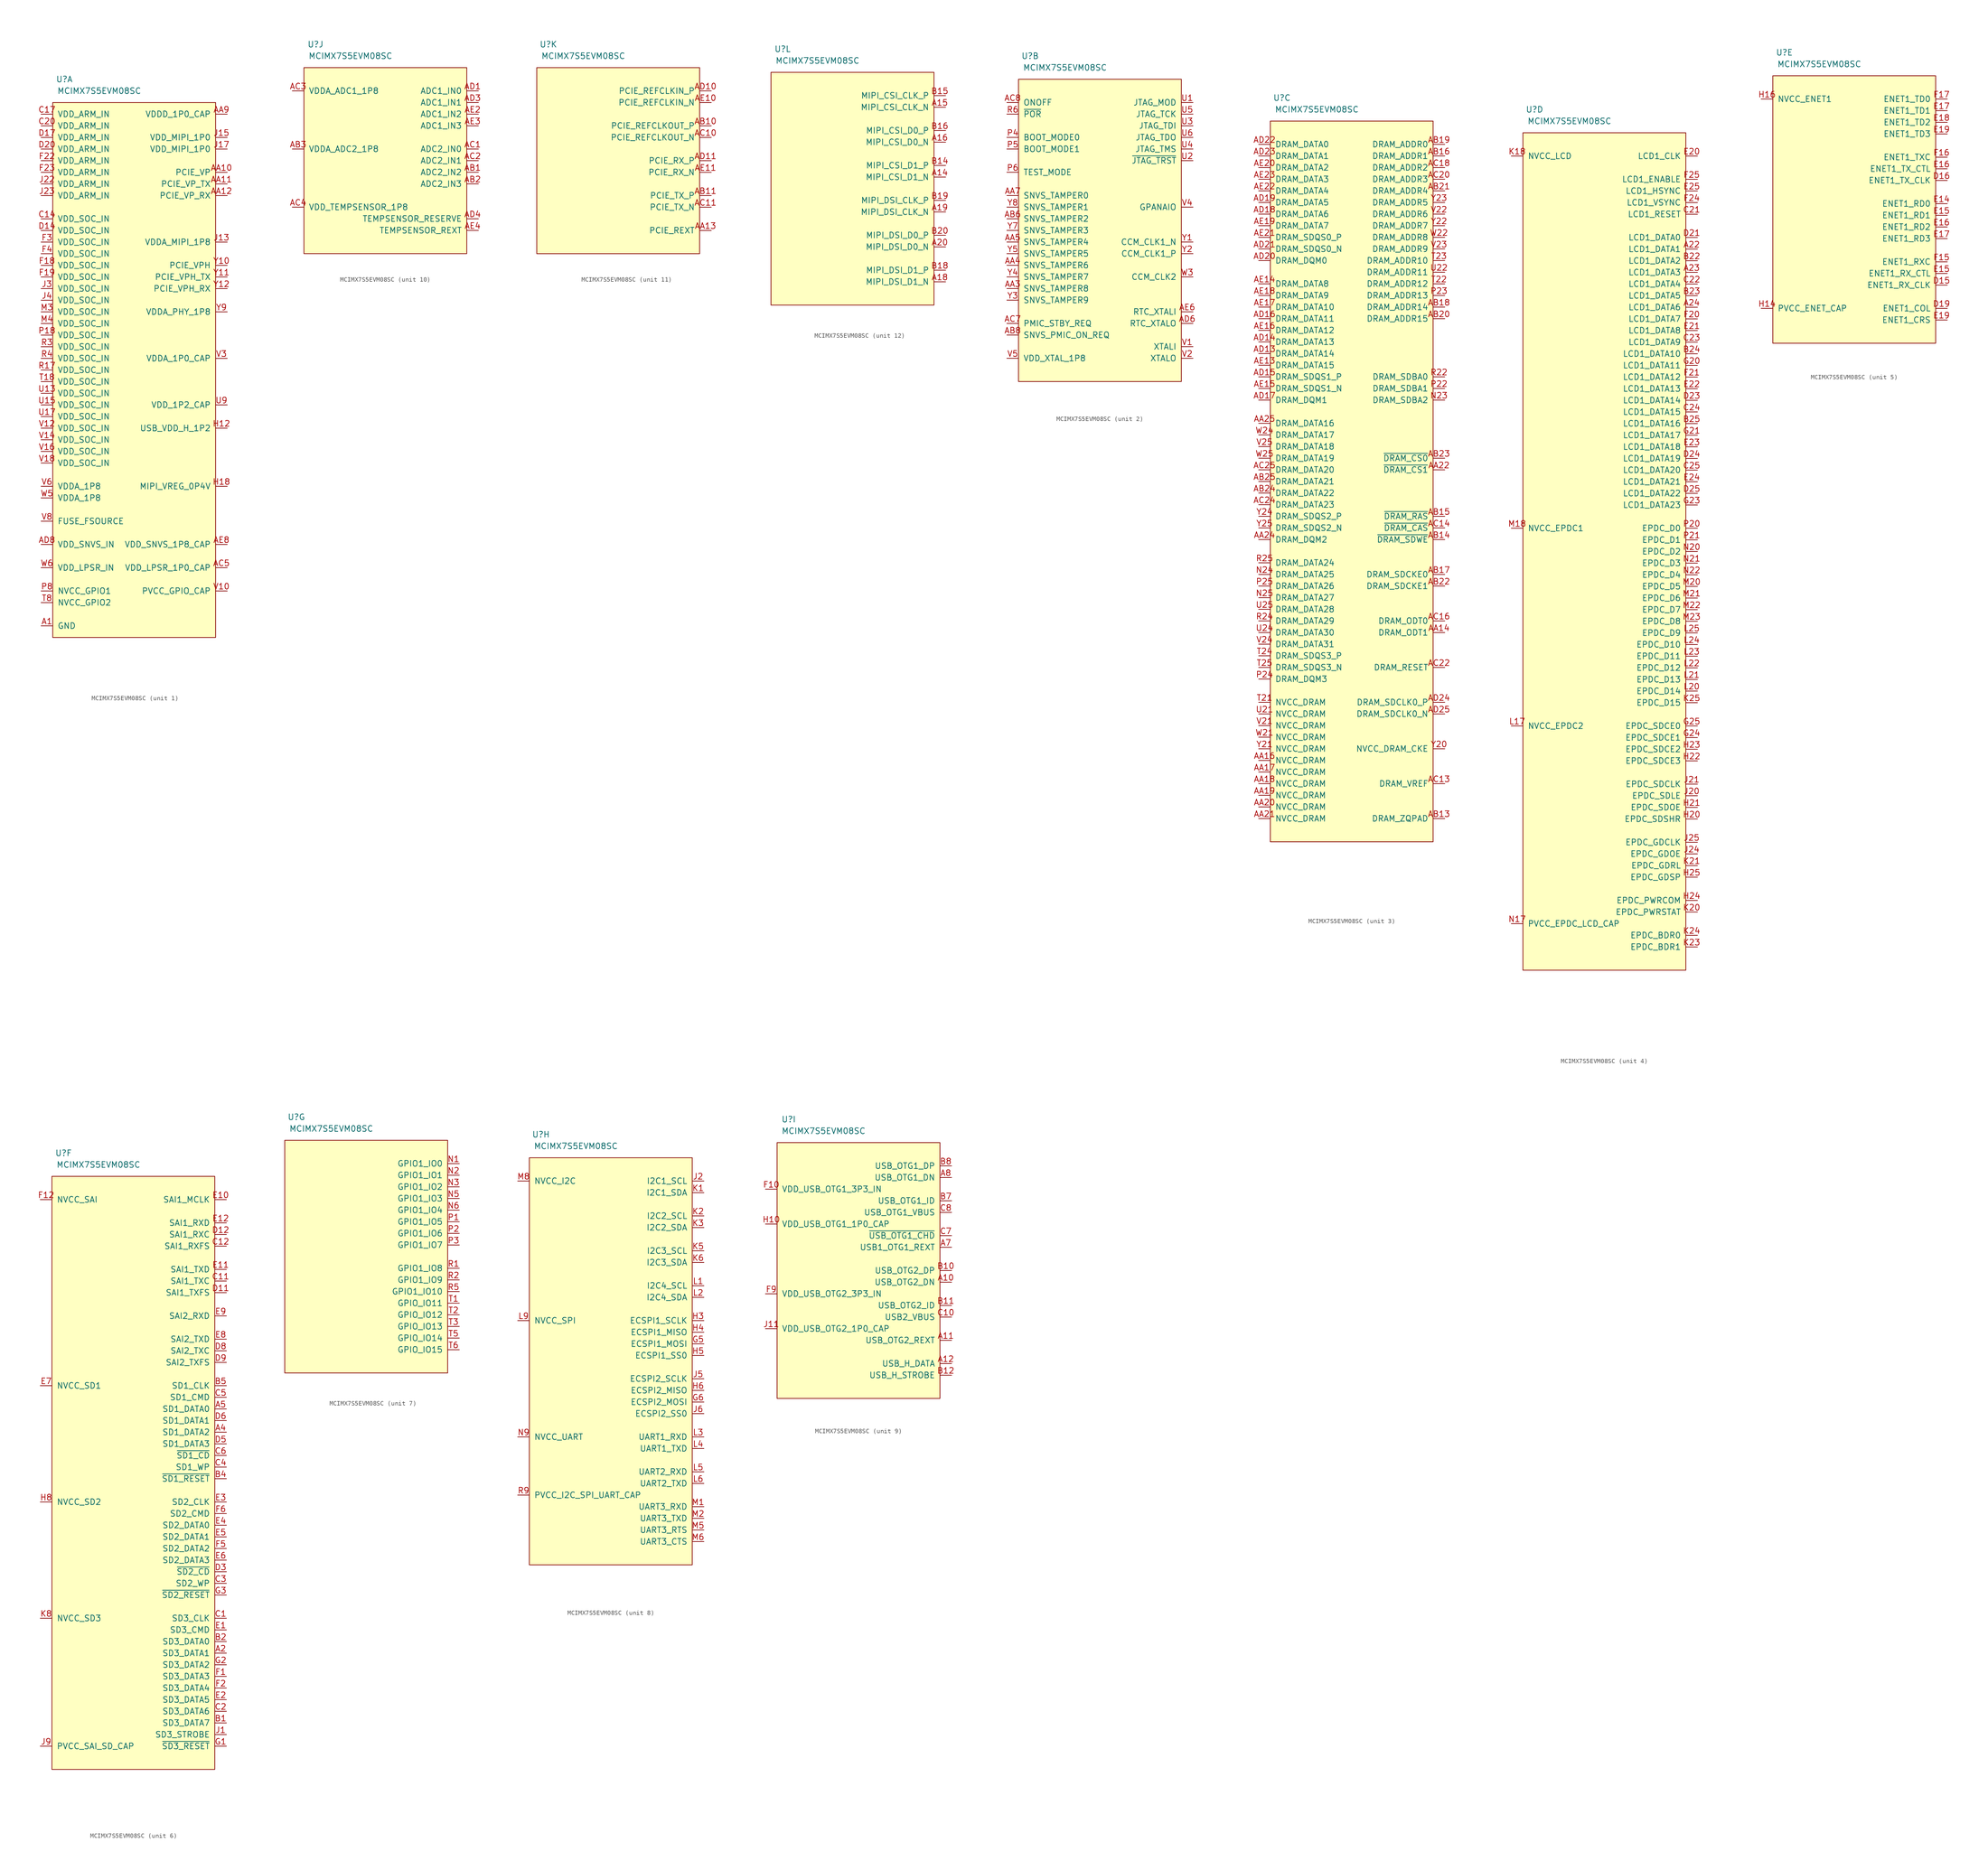
<source format=kicad_sym>
(kicad_symbol_lib
  (version 20211014)
  (generator kicad_symbol_editor)
  (symbol "MCIMX7S5EVM08SC"
    (pin_names
      (offset 1.016))
    (property "Reference" "U"
      (at -15.24 60.96 0)
      (effects (font (size 1.27 1.27))))
    (property "Value" "MCIMX7S5EVM08SC"
      (at -7.62 58.42 0)
      (effects (font (size 1.27 1.27))))
    (property "ki_locked" ""
      (at 0 0 0)
      (effects (font (size 1.27 1.27))))
    (symbol "MCIMX7S5EVM08SC_1_1"
      (rectangle (start -17.78 55.88) (end 17.78 -60.96) (stroke (width 0) (type default) (color 0 0 0 0)) (fill (type background)))
      (pin passive line (at -20.32 -58.42 0) (length 2.54) (name "GND" (effects (font (size 1.27 1.27)))) (number "A1" (effects (font (size 1.27 1.27)))))
      (pin passive line (at -20.32 -58.42 0) (length 2.54) hide (name "GND" (effects (font (size 1.27 1.27)))) (number "A13" (effects (font (size 1.27 1.27)))))
      (pin passive line (at -20.32 -58.42 0) (length 2.54) hide (name "GND" (effects (font (size 1.27 1.27)))) (number "A17" (effects (font (size 1.27 1.27)))))
      (pin passive line (at -20.32 -58.42 0) (length 2.54) hide (name "GND" (effects (font (size 1.27 1.27)))) (number "A21" (effects (font (size 1.27 1.27)))))
      (pin passive line (at -20.32 -58.42 0) (length 2.54) hide (name "GND" (effects (font (size 1.27 1.27)))) (number "A25" (effects (font (size 1.27 1.27)))))
      (pin passive line (at -20.32 -58.42 0) (length 2.54) hide (name "GND" (effects (font (size 1.27 1.27)))) (number "A3" (effects (font (size 1.27 1.27)))))
      (pin passive line (at -20.32 -58.42 0) (length 2.54) hide (name "GND" (effects (font (size 1.27 1.27)))) (number "A6" (effects (font (size 1.27 1.27)))))
      (pin passive line (at -20.32 -58.42 0) (length 2.54) hide (name "GND" (effects (font (size 1.27 1.27)))) (number "A9" (effects (font (size 1.27 1.27)))))
      (pin passive line (at -20.32 -58.42 0) (length 2.54) hide (name "GND" (effects (font (size 1.27 1.27)))) (number "AA1" (effects (font (size 1.27 1.27)))))
      (pin power_in line (at 20.32 40.64 180) (length 2.54) (name "PCIE_VP" (effects (font (size 1.27 1.27)))) (number "AA10" (effects (font (size 1.27 1.27)))))
      (pin power_in line (at 20.32 38.1 180) (length 2.54) (name "PCIE_VP_TX" (effects (font (size 1.27 1.27)))) (number "AA11" (effects (font (size 1.27 1.27)))))
      (pin power_in line (at 20.32 35.56 180) (length 2.54) (name "PCIE_VP_RX" (effects (font (size 1.27 1.27)))) (number "AA12" (effects (font (size 1.27 1.27)))))
      (pin passive line (at -20.32 -58.42 0) (length 2.54) hide (name "GND" (effects (font (size 1.27 1.27)))) (number "AA15" (effects (font (size 1.27 1.27)))))
      (pin passive line (at -20.32 -58.42 0) (length 2.54) hide (name "GND" (effects (font (size 1.27 1.27)))) (number "AA2" (effects (font (size 1.27 1.27)))))
      (pin passive line (at -20.32 -58.42 0) (length 2.54) hide (name "GND" (effects (font (size 1.27 1.27)))) (number "AA23" (effects (font (size 1.27 1.27)))))
      (pin passive line (at -20.32 -58.42 0) (length 2.54) hide (name "GND" (effects (font (size 1.27 1.27)))) (number "AA6" (effects (font (size 1.27 1.27)))))
      (pin passive line (at -20.32 -58.42 0) (length 2.54) hide (name "GND" (effects (font (size 1.27 1.27)))) (number "AA8" (effects (font (size 1.27 1.27)))))
      (pin power_out line (at 20.32 53.34 180) (length 2.54) (name "VDDD_1P0_CAP" (effects (font (size 1.27 1.27)))) (number "AA9" (effects (font (size 1.27 1.27)))))
      (pin passive line (at -20.32 -58.42 0) (length 2.54) hide (name "GND" (effects (font (size 1.27 1.27)))) (number "AB12" (effects (font (size 1.27 1.27)))))
      (pin passive line (at -20.32 -58.42 0) (length 2.54) hide (name "GND" (effects (font (size 1.27 1.27)))) (number "AB4" (effects (font (size 1.27 1.27)))))
      (pin passive line (at -20.32 -58.42 0) (length 2.54) hide (name "GND" (effects (font (size 1.27 1.27)))) (number "AB5" (effects (font (size 1.27 1.27)))))
      (pin passive line (at -20.32 -58.42 0) (length 2.54) hide (name "GND" (effects (font (size 1.27 1.27)))) (number "AB7" (effects (font (size 1.27 1.27)))))
      (pin passive line (at -20.32 -58.42 0) (length 2.54) hide (name "GND" (effects (font (size 1.27 1.27)))) (number "AB9" (effects (font (size 1.27 1.27)))))
      (pin passive line (at -20.32 -58.42 0) (length 2.54) hide (name "GND" (effects (font (size 1.27 1.27)))) (number "AC12" (effects (font (size 1.27 1.27)))))
      (pin passive line (at -20.32 -58.42 0) (length 2.54) hide (name "GND" (effects (font (size 1.27 1.27)))) (number "AC15" (effects (font (size 1.27 1.27)))))
      (pin passive line (at -20.32 -58.42 0) (length 2.54) hide (name "GND" (effects (font (size 1.27 1.27)))) (number "AC17" (effects (font (size 1.27 1.27)))))
      (pin passive line (at -20.32 -58.42 0) (length 2.54) hide (name "GND" (effects (font (size 1.27 1.27)))) (number "AC19" (effects (font (size 1.27 1.27)))))
      (pin passive line (at -20.32 -58.42 0) (length 2.54) hide (name "GND" (effects (font (size 1.27 1.27)))) (number "AC21" (effects (font (size 1.27 1.27)))))
      (pin passive line (at -20.32 -58.42 0) (length 2.54) hide (name "GND" (effects (font (size 1.27 1.27)))) (number "AC23" (effects (font (size 1.27 1.27)))))
      (pin power_out line (at 20.32 -45.72 180) (length 2.54) (name "VDD_LPSR_1P0_CAP" (effects (font (size 1.27 1.27)))) (number "AC5" (effects (font (size 1.27 1.27)))))
      (pin passive line (at -20.32 -58.42 0) (length 2.54) hide (name "GND" (effects (font (size 1.27 1.27)))) (number "AC6" (effects (font (size 1.27 1.27)))))
      (pin passive line (at -20.32 -58.42 0) (length 2.54) hide (name "GND" (effects (font (size 1.27 1.27)))) (number "AC9" (effects (font (size 1.27 1.27)))))
      (pin passive line (at -20.32 -58.42 0) (length 2.54) hide (name "GND" (effects (font (size 1.27 1.27)))) (number "AD12" (effects (font (size 1.27 1.27)))))
      (pin passive line (at -20.32 -58.42 0) (length 2.54) hide (name "GND" (effects (font (size 1.27 1.27)))) (number "AD2" (effects (font (size 1.27 1.27)))))
      (pin passive line (at -20.32 -58.42 0) (length 2.54) hide (name "GND" (effects (font (size 1.27 1.27)))) (number "AD5" (effects (font (size 1.27 1.27)))))
      (pin passive line (at -20.32 -58.42 0) (length 2.54) hide (name "GND" (effects (font (size 1.27 1.27)))) (number "AD7" (effects (font (size 1.27 1.27)))))
      (pin power_in line (at -20.32 -40.64 0) (length 2.54) (name "VDD_SNVS_IN" (effects (font (size 1.27 1.27)))) (number "AD8" (effects (font (size 1.27 1.27)))))
      (pin passive line (at -20.32 -58.42 0) (length 2.54) hide (name "GND" (effects (font (size 1.27 1.27)))) (number "AD9" (effects (font (size 1.27 1.27)))))
      (pin passive line (at -20.32 -58.42 0) (length 2.54) hide (name "GND" (effects (font (size 1.27 1.27)))) (number "AE1" (effects (font (size 1.27 1.27)))))
      (pin passive line (at -20.32 -58.42 0) (length 2.54) hide (name "GND" (effects (font (size 1.27 1.27)))) (number "AE12" (effects (font (size 1.27 1.27)))))
      (pin passive line (at -20.32 -58.42 0) (length 2.54) hide (name "GND" (effects (font (size 1.27 1.27)))) (number "AE24" (effects (font (size 1.27 1.27)))))
      (pin passive line (at -20.32 -58.42 0) (length 2.54) hide (name "GND" (effects (font (size 1.27 1.27)))) (number "AE25" (effects (font (size 1.27 1.27)))))
      (pin passive line (at -20.32 -58.42 0) (length 2.54) hide (name "GND" (effects (font (size 1.27 1.27)))) (number "AE5" (effects (font (size 1.27 1.27)))))
      (pin passive line (at -20.32 -58.42 0) (length 2.54) hide (name "GND" (effects (font (size 1.27 1.27)))) (number "AE7" (effects (font (size 1.27 1.27)))))
      (pin power_out line (at 20.32 -40.64 180) (length 2.54) (name "VDD_SNVS_1P8_CAP" (effects (font (size 1.27 1.27)))) (number "AE8" (effects (font (size 1.27 1.27)))))
      (pin passive line (at -20.32 -58.42 0) (length 2.54) hide (name "GND" (effects (font (size 1.27 1.27)))) (number "AE9" (effects (font (size 1.27 1.27)))))
      (pin passive line (at -20.32 -58.42 0) (length 2.54) hide (name "GND" (effects (font (size 1.27 1.27)))) (number "B13" (effects (font (size 1.27 1.27)))))
      (pin passive line (at -20.32 -58.42 0) (length 2.54) hide (name "GND" (effects (font (size 1.27 1.27)))) (number "B17" (effects (font (size 1.27 1.27)))))
      (pin passive line (at -20.32 -58.42 0) (length 2.54) hide (name "GND" (effects (font (size 1.27 1.27)))) (number "B21" (effects (font (size 1.27 1.27)))))
      (pin passive line (at -20.32 -58.42 0) (length 2.54) hide (name "GND" (effects (font (size 1.27 1.27)))) (number "B3" (effects (font (size 1.27 1.27)))))
      (pin passive line (at -20.32 -58.42 0) (length 2.54) hide (name "GND" (effects (font (size 1.27 1.27)))) (number "B6" (effects (font (size 1.27 1.27)))))
      (pin passive line (at -20.32 -58.42 0) (length 2.54) hide (name "GND" (effects (font (size 1.27 1.27)))) (number "B9" (effects (font (size 1.27 1.27)))))
      (pin passive line (at -20.32 -58.42 0) (length 2.54) hide (name "GND" (effects (font (size 1.27 1.27)))) (number "C13" (effects (font (size 1.27 1.27)))))
      (pin power_in line (at -20.32 30.48 0) (length 2.54) (name "VDD_SOC_IN" (effects (font (size 1.27 1.27)))) (number "C14" (effects (font (size 1.27 1.27)))))
      (pin passive line (at -20.32 -58.42 0) (length 2.54) hide (name "GND" (effects (font (size 1.27 1.27)))) (number "C15" (effects (font (size 1.27 1.27)))))
      (pin passive line (at -20.32 -58.42 0) (length 2.54) hide (name "GND" (effects (font (size 1.27 1.27)))) (number "C16" (effects (font (size 1.27 1.27)))))
      (pin power_in line (at -20.32 53.34 0) (length 2.54) (name "VDD_ARM_IN" (effects (font (size 1.27 1.27)))) (number "C17" (effects (font (size 1.27 1.27)))))
      (pin passive line (at -20.32 -58.42 0) (length 2.54) hide (name "GND" (effects (font (size 1.27 1.27)))) (number "C18" (effects (font (size 1.27 1.27)))))
      (pin passive line (at -20.32 -58.42 0) (length 2.54) hide (name "GND" (effects (font (size 1.27 1.27)))) (number "C19" (effects (font (size 1.27 1.27)))))
      (pin power_in line (at -20.32 50.8 0) (length 2.54) (name "VDD_ARM_IN" (effects (font (size 1.27 1.27)))) (number "C20" (effects (font (size 1.27 1.27)))))
      (pin passive line (at -20.32 -58.42 0) (length 2.54) hide (name "GND" (effects (font (size 1.27 1.27)))) (number "C9" (effects (font (size 1.27 1.27)))))
      (pin passive line (at -20.32 -58.42 0) (length 2.54) hide (name "GND" (effects (font (size 1.27 1.27)))) (number "D1" (effects (font (size 1.27 1.27)))))
      (pin passive line (at -20.32 -58.42 0) (length 2.54) hide (name "GND" (effects (font (size 1.27 1.27)))) (number "D10" (effects (font (size 1.27 1.27)))))
      (pin power_in line (at -20.32 27.94 0) (length 2.54) (name "VDD_SOC_IN" (effects (font (size 1.27 1.27)))) (number "D14" (effects (font (size 1.27 1.27)))))
      (pin power_in line (at -20.32 48.26 0) (length 2.54) (name "VDD_ARM_IN" (effects (font (size 1.27 1.27)))) (number "D17" (effects (font (size 1.27 1.27)))))
      (pin passive line (at -20.32 -58.42 0) (length 2.54) hide (name "GND" (effects (font (size 1.27 1.27)))) (number "D2" (effects (font (size 1.27 1.27)))))
      (pin power_in line (at -20.32 45.72 0) (length 2.54) (name "VDD_ARM_IN" (effects (font (size 1.27 1.27)))) (number "D20" (effects (font (size 1.27 1.27)))))
      (pin passive line (at -20.32 -58.42 0) (length 2.54) hide (name "GND" (effects (font (size 1.27 1.27)))) (number "D22" (effects (font (size 1.27 1.27)))))
      (pin passive line (at -20.32 -58.42 0) (length 2.54) hide (name "GND" (effects (font (size 1.27 1.27)))) (number "D4" (effects (font (size 1.27 1.27)))))
      (pin passive line (at -20.32 -58.42 0) (length 2.54) hide (name "GND" (effects (font (size 1.27 1.27)))) (number "D7" (effects (font (size 1.27 1.27)))))
      (pin passive line (at -20.32 -58.42 0) (length 2.54) hide (name "GND" (effects (font (size 1.27 1.27)))) (number "F11" (effects (font (size 1.27 1.27)))))
      (pin passive line (at -20.32 -58.42 0) (length 2.54) hide (name "GND" (effects (font (size 1.27 1.27)))) (number "F13" (effects (font (size 1.27 1.27)))))
      (pin power_in line (at -20.32 20.32 0) (length 2.54) (name "VDD_SOC_IN" (effects (font (size 1.27 1.27)))) (number "F18" (effects (font (size 1.27 1.27)))))
      (pin power_in line (at -20.32 17.78 0) (length 2.54) (name "VDD_SOC_IN" (effects (font (size 1.27 1.27)))) (number "F19" (effects (font (size 1.27 1.27)))))
      (pin power_in line (at -20.32 43.18 0) (length 2.54) (name "VDD_ARM_IN" (effects (font (size 1.27 1.27)))) (number "F22" (effects (font (size 1.27 1.27)))))
      (pin power_in line (at -20.32 40.64 0) (length 2.54) (name "VDD_ARM_IN" (effects (font (size 1.27 1.27)))) (number "F23" (effects (font (size 1.27 1.27)))))
      (pin power_in line (at -20.32 25.4 0) (length 2.54) (name "VDD_SOC_IN" (effects (font (size 1.27 1.27)))) (number "F3" (effects (font (size 1.27 1.27)))))
      (pin power_in line (at -20.32 22.86 0) (length 2.54) (name "VDD_SOC_IN" (effects (font (size 1.27 1.27)))) (number "F4" (effects (font (size 1.27 1.27)))))
      (pin passive line (at -20.32 -58.42 0) (length 2.54) hide (name "GND" (effects (font (size 1.27 1.27)))) (number "F7" (effects (font (size 1.27 1.27)))))
      (pin passive line (at -20.32 -58.42 0) (length 2.54) hide (name "GND" (effects (font (size 1.27 1.27)))) (number "F8" (effects (font (size 1.27 1.27)))))
      (pin passive line (at -20.32 -58.42 0) (length 2.54) hide (name "GND" (effects (font (size 1.27 1.27)))) (number "G11" (effects (font (size 1.27 1.27)))))
      (pin passive line (at -20.32 -58.42 0) (length 2.54) hide (name "GND" (effects (font (size 1.27 1.27)))) (number "G13" (effects (font (size 1.27 1.27)))))
      (pin passive line (at -20.32 -58.42 0) (length 2.54) hide (name "GND" (effects (font (size 1.27 1.27)))) (number "G15" (effects (font (size 1.27 1.27)))))
      (pin passive line (at -20.32 -58.42 0) (length 2.54) hide (name "GND" (effects (font (size 1.27 1.27)))) (number "G17" (effects (font (size 1.27 1.27)))))
      (pin passive line (at -20.32 -58.42 0) (length 2.54) hide (name "GND" (effects (font (size 1.27 1.27)))) (number "G19" (effects (font (size 1.27 1.27)))))
      (pin passive line (at -20.32 -58.42 0) (length 2.54) hide (name "GND" (effects (font (size 1.27 1.27)))) (number "G22" (effects (font (size 1.27 1.27)))))
      (pin passive line (at -20.32 -58.42 0) (length 2.54) hide (name "GND" (effects (font (size 1.27 1.27)))) (number "G4" (effects (font (size 1.27 1.27)))))
      (pin passive line (at -20.32 -58.42 0) (length 2.54) hide (name "GND" (effects (font (size 1.27 1.27)))) (number "G7" (effects (font (size 1.27 1.27)))))
      (pin passive line (at -20.32 -58.42 0) (length 2.54) hide (name "GND" (effects (font (size 1.27 1.27)))) (number "G9" (effects (font (size 1.27 1.27)))))
      (pin passive line (at -20.32 -58.42 0) (length 2.54) hide (name "GND" (effects (font (size 1.27 1.27)))) (number "H1" (effects (font (size 1.27 1.27)))))
      (pin power_in line (at 20.32 -15.24 180) (length 2.54) (name "USB_VDD_H_1P2" (effects (font (size 1.27 1.27)))) (number "H12" (effects (font (size 1.27 1.27)))))
      (pin power_out line (at 20.32 -27.94 180) (length 2.54) (name "MIPI_VREG_0P4V" (effects (font (size 1.27 1.27)))) (number "H18" (effects (font (size 1.27 1.27)))))
      (pin passive line (at -20.32 -58.42 0) (length 2.54) hide (name "GND" (effects (font (size 1.27 1.27)))) (number "H2" (effects (font (size 1.27 1.27)))))
      (pin power_in line (at 20.32 25.4 180) (length 2.54) (name "VDDA_MIPI_1P8" (effects (font (size 1.27 1.27)))) (number "J13" (effects (font (size 1.27 1.27)))))
      (pin power_out line (at 20.32 48.26 180) (length 2.54) (name "VDD_MIPI_1P0" (effects (font (size 1.27 1.27)))) (number "J15" (effects (font (size 1.27 1.27)))))
      (pin power_in line (at 20.32 45.72 180) (length 2.54) (name "VDD_MIPI_1P0" (effects (font (size 1.27 1.27)))) (number "J17" (effects (font (size 1.27 1.27)))))
      (pin passive line (at -20.32 -58.42 0) (length 2.54) hide (name "GND" (effects (font (size 1.27 1.27)))) (number "J19" (effects (font (size 1.27 1.27)))))
      (pin power_in line (at -20.32 38.1 0) (length 2.54) (name "VDD_ARM_IN" (effects (font (size 1.27 1.27)))) (number "J22" (effects (font (size 1.27 1.27)))))
      (pin power_in line (at -20.32 35.56 0) (length 2.54) (name "VDD_ARM_IN" (effects (font (size 1.27 1.27)))) (number "J23" (effects (font (size 1.27 1.27)))))
      (pin power_in line (at -20.32 15.24 0) (length 2.54) (name "VDD_SOC_IN" (effects (font (size 1.27 1.27)))) (number "J3" (effects (font (size 1.27 1.27)))))
      (pin power_in line (at -20.32 12.7 0) (length 2.54) (name "VDD_SOC_IN" (effects (font (size 1.27 1.27)))) (number "J4" (effects (font (size 1.27 1.27)))))
      (pin passive line (at -20.32 -58.42 0) (length 2.54) hide (name "GND" (effects (font (size 1.27 1.27)))) (number "J7" (effects (font (size 1.27 1.27)))))
      (pin passive line (at -20.32 -58.42 0) (length 2.54) hide (name "GND" (effects (font (size 1.27 1.27)))) (number "K10" (effects (font (size 1.27 1.27)))))
      (pin passive line (at -20.32 -58.42 0) (length 2.54) hide (name "GND" (effects (font (size 1.27 1.27)))) (number "K12" (effects (font (size 1.27 1.27)))))
      (pin passive line (at -20.32 -58.42 0) (length 2.54) hide (name "GND" (effects (font (size 1.27 1.27)))) (number "K14" (effects (font (size 1.27 1.27)))))
      (pin passive line (at -20.32 -58.42 0) (length 2.54) hide (name "GND" (effects (font (size 1.27 1.27)))) (number "K16" (effects (font (size 1.27 1.27)))))
      (pin passive line (at -20.32 -58.42 0) (length 2.54) hide (name "GND" (effects (font (size 1.27 1.27)))) (number "K22" (effects (font (size 1.27 1.27)))))
      (pin passive line (at -20.32 -58.42 0) (length 2.54) hide (name "GND" (effects (font (size 1.27 1.27)))) (number "K4" (effects (font (size 1.27 1.27)))))
      (pin passive line (at -20.32 -58.42 0) (length 2.54) hide (name "GND" (effects (font (size 1.27 1.27)))) (number "L11" (effects (font (size 1.27 1.27)))))
      (pin passive line (at -20.32 -58.42 0) (length 2.54) hide (name "GND" (effects (font (size 1.27 1.27)))) (number "L13" (effects (font (size 1.27 1.27)))))
      (pin passive line (at -20.32 -58.42 0) (length 2.54) hide (name "GND" (effects (font (size 1.27 1.27)))) (number "L15" (effects (font (size 1.27 1.27)))))
      (pin passive line (at -20.32 -58.42 0) (length 2.54) hide (name "GND" (effects (font (size 1.27 1.27)))) (number "L19" (effects (font (size 1.27 1.27)))))
      (pin passive line (at -20.32 -58.42 0) (length 2.54) hide (name "GND" (effects (font (size 1.27 1.27)))) (number "L7" (effects (font (size 1.27 1.27)))))
      (pin passive line (at -20.32 -58.42 0) (length 2.54) hide (name "GND" (effects (font (size 1.27 1.27)))) (number "M10" (effects (font (size 1.27 1.27)))))
      (pin passive line (at -20.32 -58.42 0) (length 2.54) hide (name "GND" (effects (font (size 1.27 1.27)))) (number "M12" (effects (font (size 1.27 1.27)))))
      (pin passive line (at -20.32 -58.42 0) (length 2.54) hide (name "GND" (effects (font (size 1.27 1.27)))) (number "M14" (effects (font (size 1.27 1.27)))))
      (pin passive line (at -20.32 -58.42 0) (length 2.54) hide (name "GND" (effects (font (size 1.27 1.27)))) (number "M16" (effects (font (size 1.27 1.27)))))
      (pin passive line (at -20.32 -58.42 0) (length 2.54) hide (name "GND" (effects (font (size 1.27 1.27)))) (number "M24" (effects (font (size 1.27 1.27)))))
      (pin passive line (at -20.32 -58.42 0) (length 2.54) hide (name "GND" (effects (font (size 1.27 1.27)))) (number "M25" (effects (font (size 1.27 1.27)))))
      (pin power_in line (at -20.32 10.16 0) (length 2.54) (name "VDD_SOC_IN" (effects (font (size 1.27 1.27)))) (number "M3" (effects (font (size 1.27 1.27)))))
      (pin power_in line (at -20.32 7.62 0) (length 2.54) (name "VDD_SOC_IN" (effects (font (size 1.27 1.27)))) (number "M4" (effects (font (size 1.27 1.27)))))
      (pin passive line (at -20.32 -58.42 0) (length 2.54) hide (name "GND" (effects (font (size 1.27 1.27)))) (number "N11" (effects (font (size 1.27 1.27)))))
      (pin passive line (at -20.32 -58.42 0) (length 2.54) hide (name "GND" (effects (font (size 1.27 1.27)))) (number "N13" (effects (font (size 1.27 1.27)))))
      (pin passive line (at -20.32 -58.42 0) (length 2.54) hide (name "GND" (effects (font (size 1.27 1.27)))) (number "N15" (effects (font (size 1.27 1.27)))))
      (pin passive line (at -20.32 -58.42 0) (length 2.54) hide (name "GND" (effects (font (size 1.27 1.27)))) (number "N19" (effects (font (size 1.27 1.27)))))
      (pin passive line (at -20.32 -58.42 0) (length 2.54) hide (name "GND" (effects (font (size 1.27 1.27)))) (number "N4" (effects (font (size 1.27 1.27)))))
      (pin passive line (at -20.32 -58.42 0) (length 2.54) hide (name "GND" (effects (font (size 1.27 1.27)))) (number "N7" (effects (font (size 1.27 1.27)))))
      (pin passive line (at -20.32 -58.42 0) (length 2.54) hide (name "GND" (effects (font (size 1.27 1.27)))) (number "P10" (effects (font (size 1.27 1.27)))))
      (pin passive line (at -20.32 -58.42 0) (length 2.54) hide (name "GND" (effects (font (size 1.27 1.27)))) (number "P12" (effects (font (size 1.27 1.27)))))
      (pin passive line (at -20.32 -58.42 0) (length 2.54) hide (name "GND" (effects (font (size 1.27 1.27)))) (number "P14" (effects (font (size 1.27 1.27)))))
      (pin passive line (at -20.32 -58.42 0) (length 2.54) hide (name "GND" (effects (font (size 1.27 1.27)))) (number "P16" (effects (font (size 1.27 1.27)))))
      (pin power_in line (at -20.32 5.08 0) (length 2.54) (name "VDD_SOC_IN" (effects (font (size 1.27 1.27)))) (number "P18" (effects (font (size 1.27 1.27)))))
      (pin power_in line (at -20.32 -50.8 0) (length 2.54) (name "NVCC_GPIO1" (effects (font (size 1.27 1.27)))) (number "P8" (effects (font (size 1.27 1.27)))))
      (pin passive line (at -20.32 -58.42 0) (length 2.54) hide (name "GND" (effects (font (size 1.27 1.27)))) (number "R11" (effects (font (size 1.27 1.27)))))
      (pin passive line (at -20.32 -58.42 0) (length 2.54) hide (name "GND" (effects (font (size 1.27 1.27)))) (number "R13" (effects (font (size 1.27 1.27)))))
      (pin passive line (at -20.32 -58.42 0) (length 2.54) hide (name "GND" (effects (font (size 1.27 1.27)))) (number "R15" (effects (font (size 1.27 1.27)))))
      (pin power_in line (at -20.32 -2.54 0) (length 2.54) (name "VDD_SOC_IN" (effects (font (size 1.27 1.27)))) (number "R17" (effects (font (size 1.27 1.27)))))
      (pin passive line (at -20.32 -58.42 0) (length 2.54) hide (name "GND" (effects (font (size 1.27 1.27)))) (number "R19" (effects (font (size 1.27 1.27)))))
      (pin passive line (at -20.32 -58.42 0) (length 2.54) hide (name "GND" (effects (font (size 1.27 1.27)))) (number "R19" (effects (font (size 1.27 1.27)))))
      (pin passive line (at -20.32 -58.42 0) (length 2.54) hide (name "GND" (effects (font (size 1.27 1.27)))) (number "R20" (effects (font (size 1.27 1.27)))))
      (pin passive line (at -20.32 -58.42 0) (length 2.54) hide (name "GND" (effects (font (size 1.27 1.27)))) (number "R21" (effects (font (size 1.27 1.27)))))
      (pin passive line (at -20.32 -58.42 0) (length 2.54) hide (name "GND" (effects (font (size 1.27 1.27)))) (number "R23" (effects (font (size 1.27 1.27)))))
      (pin power_in line (at -20.32 2.54 0) (length 2.54) (name "VDD_SOC_IN" (effects (font (size 1.27 1.27)))) (number "R3" (effects (font (size 1.27 1.27)))))
      (pin power_in line (at -20.32 0 0) (length 2.54) (name "VDD_SOC_IN" (effects (font (size 1.27 1.27)))) (number "R4" (effects (font (size 1.27 1.27)))))
      (pin passive line (at -20.32 -58.42 0) (length 2.54) hide (name "GND" (effects (font (size 1.27 1.27)))) (number "R7" (effects (font (size 1.27 1.27)))))
      (pin passive line (at -20.32 -58.42 0) (length 2.54) hide (name "GND" (effects (font (size 1.27 1.27)))) (number "T10" (effects (font (size 1.27 1.27)))))
      (pin passive line (at -20.32 -58.42 0) (length 2.54) hide (name "GND" (effects (font (size 1.27 1.27)))) (number "T12" (effects (font (size 1.27 1.27)))))
      (pin passive line (at -20.32 -58.42 0) (length 2.54) hide (name "GND" (effects (font (size 1.27 1.27)))) (number "T14" (effects (font (size 1.27 1.27)))))
      (pin passive line (at -20.32 -58.42 0) (length 2.54) hide (name "GND" (effects (font (size 1.27 1.27)))) (number "T16" (effects (font (size 1.27 1.27)))))
      (pin power_in line (at -20.32 -5.08 0) (length 2.54) (name "VDD_SOC_IN" (effects (font (size 1.27 1.27)))) (number "T18" (effects (font (size 1.27 1.27)))))
      (pin passive line (at -20.32 -58.42 0) (length 2.54) hide (name "GND" (effects (font (size 1.27 1.27)))) (number "T20" (effects (font (size 1.27 1.27)))))
      (pin passive line (at -20.32 -58.42 0) (length 2.54) hide (name "GND" (effects (font (size 1.27 1.27)))) (number "T4" (effects (font (size 1.27 1.27)))))
      (pin power_in line (at -20.32 -53.34 0) (length 2.54) (name "NVCC_GPIO2" (effects (font (size 1.27 1.27)))) (number "T8" (effects (font (size 1.27 1.27)))))
      (pin passive line (at -20.32 -58.42 0) (length 2.54) hide (name "GND" (effects (font (size 1.27 1.27)))) (number "U11" (effects (font (size 1.27 1.27)))))
      (pin power_in line (at -20.32 -7.62 0) (length 2.54) (name "VDD_SOC_IN" (effects (font (size 1.27 1.27)))) (number "U13" (effects (font (size 1.27 1.27)))))
      (pin power_in line (at -20.32 -10.16 0) (length 2.54) (name "VDD_SOC_IN" (effects (font (size 1.27 1.27)))) (number "U15" (effects (font (size 1.27 1.27)))))
      (pin power_in line (at -20.32 -12.7 0) (length 2.54) (name "VDD_SOC_IN" (effects (font (size 1.27 1.27)))) (number "U17" (effects (font (size 1.27 1.27)))))
      (pin passive line (at -20.32 -58.42 0) (length 2.54) hide (name "GND" (effects (font (size 1.27 1.27)))) (number "U19" (effects (font (size 1.27 1.27)))))
      (pin passive line (at -20.32 -58.42 0) (length 2.54) hide (name "GND" (effects (font (size 1.27 1.27)))) (number "U20" (effects (font (size 1.27 1.27)))))
      (pin passive line (at -20.32 -58.42 0) (length 2.54) hide (name "GND" (effects (font (size 1.27 1.27)))) (number "U23" (effects (font (size 1.27 1.27)))))
      (pin passive line (at -20.32 -58.42 0) (length 2.54) hide (name "GND" (effects (font (size 1.27 1.27)))) (number "U7" (effects (font (size 1.27 1.27)))))
      (pin power_out line (at 20.32 -10.16 180) (length 2.54) (name "VDD_1P2_CAP" (effects (font (size 1.27 1.27)))) (number "U9" (effects (font (size 1.27 1.27)))))
      (pin power_out line (at 20.32 -50.8 180) (length 2.54) (name "PVCC_GPIO_CAP" (effects (font (size 1.27 1.27)))) (number "V10" (effects (font (size 1.27 1.27)))))
      (pin power_in line (at -20.32 -15.24 0) (length 2.54) (name "VDD_SOC_IN" (effects (font (size 1.27 1.27)))) (number "V12" (effects (font (size 1.27 1.27)))))
      (pin power_in line (at -20.32 -17.78 0) (length 2.54) (name "VDD_SOC_IN" (effects (font (size 1.27 1.27)))) (number "V14" (effects (font (size 1.27 1.27)))))
      (pin power_in line (at -20.32 -20.32 0) (length 2.54) (name "VDD_SOC_IN" (effects (font (size 1.27 1.27)))) (number "V16" (effects (font (size 1.27 1.27)))))
      (pin power_in line (at -20.32 -22.86 0) (length 2.54) (name "VDD_SOC_IN" (effects (font (size 1.27 1.27)))) (number "V18" (effects (font (size 1.27 1.27)))))
      (pin passive line (at -20.32 -58.42 0) (length 2.54) hide (name "GND" (effects (font (size 1.27 1.27)))) (number "V20" (effects (font (size 1.27 1.27)))))
      (pin power_out line (at 20.32 0 180) (length 2.54) (name "VDDA_1P0_CAP" (effects (font (size 1.27 1.27)))) (number "V3" (effects (font (size 1.27 1.27)))))
      (pin power_in line (at -20.32 -27.94 0) (length 2.54) (name "VDDA_1P8" (effects (font (size 1.27 1.27)))) (number "V6" (effects (font (size 1.27 1.27)))))
      (pin power_in line (at -20.32 -35.56 0) (length 2.54) (name "FUSE_FSOURCE" (effects (font (size 1.27 1.27)))) (number "V8" (effects (font (size 1.27 1.27)))))
      (pin passive line (at -20.32 -58.42 0) (length 2.54) hide (name "GND" (effects (font (size 1.27 1.27)))) (number "W1" (effects (font (size 1.27 1.27)))))
      (pin passive line (at -20.32 -58.42 0) (length 2.54) hide (name "GND" (effects (font (size 1.27 1.27)))) (number "W11" (effects (font (size 1.27 1.27)))))
      (pin passive line (at -20.32 -58.42 0) (length 2.54) hide (name "GND" (effects (font (size 1.27 1.27)))) (number "W13" (effects (font (size 1.27 1.27)))))
      (pin passive line (at -20.32 -58.42 0) (length 2.54) hide (name "GND" (effects (font (size 1.27 1.27)))) (number "W15" (effects (font (size 1.27 1.27)))))
      (pin passive line (at -20.32 -58.42 0) (length 2.54) hide (name "GND" (effects (font (size 1.27 1.27)))) (number "W17" (effects (font (size 1.27 1.27)))))
      (pin passive line (at -20.32 -58.42 0) (length 2.54) hide (name "GND" (effects (font (size 1.27 1.27)))) (number "W19" (effects (font (size 1.27 1.27)))))
      (pin passive line (at -20.32 -58.42 0) (length 2.54) hide (name "GND" (effects (font (size 1.27 1.27)))) (number "W2" (effects (font (size 1.27 1.27)))))
      (pin passive line (at -20.32 -58.42 0) (length 2.54) hide (name "GND" (effects (font (size 1.27 1.27)))) (number "W20" (effects (font (size 1.27 1.27)))))
      (pin passive line (at -20.32 -58.42 0) (length 2.54) hide (name "GND" (effects (font (size 1.27 1.27)))) (number "W23" (effects (font (size 1.27 1.27)))))
      (pin passive line (at -20.32 -58.42 0) (length 2.54) hide (name "GND" (effects (font (size 1.27 1.27)))) (number "W4" (effects (font (size 1.27 1.27)))))
      (pin power_in line (at -20.32 -30.48 0) (length 2.54) (name "VDDA_1P8" (effects (font (size 1.27 1.27)))) (number "W5" (effects (font (size 1.27 1.27)))))
      (pin power_in line (at -20.32 -45.72 0) (length 2.54) (name "VDD_LPSR_IN" (effects (font (size 1.27 1.27)))) (number "W6" (effects (font (size 1.27 1.27)))))
      (pin passive line (at -20.32 -58.42 0) (length 2.54) hide (name "GND" (effects (font (size 1.27 1.27)))) (number "W7" (effects (font (size 1.27 1.27)))))
      (pin passive line (at -20.32 -58.42 0) (length 2.54) hide (name "GND" (effects (font (size 1.27 1.27)))) (number "W9" (effects (font (size 1.27 1.27)))))
      (pin power_in line (at 20.32 20.32 180) (length 2.54) (name "PCIE_VPH" (effects (font (size 1.27 1.27)))) (number "Y10" (effects (font (size 1.27 1.27)))))
      (pin power_in line (at 20.32 17.78 180) (length 2.54) (name "PCIE_VPH_TX" (effects (font (size 1.27 1.27)))) (number "Y11" (effects (font (size 1.27 1.27)))))
      (pin power_in line (at 20.32 15.24 180) (length 2.54) (name "PCIE_VPH_RX" (effects (font (size 1.27 1.27)))) (number "Y12" (effects (font (size 1.27 1.27)))))
      (pin passive line (at -20.32 -58.42 0) (length 2.54) hide (name "GND" (effects (font (size 1.27 1.27)))) (number "Y13" (effects (font (size 1.27 1.27)))))
      (pin passive line (at -20.32 -58.42 0) (length 2.54) hide (name "GND" (effects (font (size 1.27 1.27)))) (number "Y14" (effects (font (size 1.27 1.27)))))
      (pin passive line (at -20.32 -58.42 0) (length 2.54) hide (name "GND" (effects (font (size 1.27 1.27)))) (number "Y15" (effects (font (size 1.27 1.27)))))
      (pin passive line (at -20.32 -58.42 0) (length 2.54) hide (name "GND" (effects (font (size 1.27 1.27)))) (number "Y16" (effects (font (size 1.27 1.27)))))
      (pin passive line (at -20.32 -58.42 0) (length 2.54) hide (name "GND" (effects (font (size 1.27 1.27)))) (number "Y17" (effects (font (size 1.27 1.27)))))
      (pin passive line (at -20.32 -58.42 0) (length 2.54) hide (name "GND" (effects (font (size 1.27 1.27)))) (number "Y18" (effects (font (size 1.27 1.27)))))
      (pin passive line (at -20.32 -58.42 0) (length 2.54) hide (name "GND" (effects (font (size 1.27 1.27)))) (number "Y19" (effects (font (size 1.27 1.27)))))
      (pin passive line (at -20.32 -58.42 0) (length 2.54) hide (name "GND" (effects (font (size 1.27 1.27)))) (number "Y6" (effects (font (size 1.27 1.27)))))
      (pin power_out line (at 20.32 10.16 180) (length 2.54) (name "VDDA_PHY_1P8" (effects (font (size 1.27 1.27)))) (number "Y9" (effects (font (size 1.27 1.27))))))
    (symbol "MCIMX7S5EVM08SC_2_1"
      (rectangle (start -17.78 55.88) (end 17.78 -10.16) (stroke (width 0) (type default) (color 0 0 0 0)) (fill (type background)))
      (pin input line (at -20.32 10.16 0) (length 2.54) (name "SNVS_TAMPER8" (effects (font (size 1.27 1.27)))) (number "AA3" (effects (font (size 1.27 1.27)))))
      (pin input line (at -20.32 15.24 0) (length 2.54) (name "SNVS_TAMPER6" (effects (font (size 1.27 1.27)))) (number "AA4" (effects (font (size 1.27 1.27)))))
      (pin input line (at -20.32 20.32 0) (length 2.54) (name "SNVS_TAMPER4" (effects (font (size 1.27 1.27)))) (number "AA5" (effects (font (size 1.27 1.27)))))
      (pin input line (at -20.32 30.48 0) (length 2.54) (name "SNVS_TAMPER0" (effects (font (size 1.27 1.27)))) (number "AA7" (effects (font (size 1.27 1.27)))))
      (pin input line (at -20.32 25.4 0) (length 2.54) (name "SNVS_TAMPER2" (effects (font (size 1.27 1.27)))) (number "AB6" (effects (font (size 1.27 1.27)))))
      (pin output line (at -20.32 0 0) (length 2.54) (name "SNVS_PMIC_ON_REQ" (effects (font (size 1.27 1.27)))) (number "AB8" (effects (font (size 1.27 1.27)))))
      (pin output line (at -20.32 2.54 0) (length 2.54) (name "PMIC_STBY_REQ" (effects (font (size 1.27 1.27)))) (number "AC7" (effects (font (size 1.27 1.27)))))
      (pin input line (at -20.32 50.8 0) (length 2.54) (name "ONOFF" (effects (font (size 1.27 1.27)))) (number "AC8" (effects (font (size 1.27 1.27)))))
      (pin output line (at 20.32 2.54 180) (length 2.54) (name "RTC_XTALO" (effects (font (size 1.27 1.27)))) (number "AD6" (effects (font (size 1.27 1.27)))))
      (pin input line (at 20.32 5.08 180) (length 2.54) (name "RTC_XTALI" (effects (font (size 1.27 1.27)))) (number "AE6" (effects (font (size 1.27 1.27)))))
      (pin input line (at -20.32 43.18 0) (length 2.54) (name "BOOT_MODE0" (effects (font (size 1.27 1.27)))) (number "P4" (effects (font (size 1.27 1.27)))))
      (pin input line (at -20.32 40.64 0) (length 2.54) (name "BOOT_MODE1" (effects (font (size 1.27 1.27)))) (number "P5" (effects (font (size 1.27 1.27)))))
      (pin input line (at -20.32 35.56 0) (length 2.54) (name "TEST_MODE" (effects (font (size 1.27 1.27)))) (number "P6" (effects (font (size 1.27 1.27)))))
      (pin input line (at -20.32 48.26 0) (length 2.54) (name "~{POR}" (effects (font (size 1.27 1.27)))) (number "R6" (effects (font (size 1.27 1.27)))))
      (pin input line (at 20.32 50.8 180) (length 2.54) (name "JTAG_MOD" (effects (font (size 1.27 1.27)))) (number "U1" (effects (font (size 1.27 1.27)))))
      (pin input line (at 20.32 38.1 180) (length 2.54) (name "~{JTAG_TRST}" (effects (font (size 1.27 1.27)))) (number "U2" (effects (font (size 1.27 1.27)))))
      (pin input line (at 20.32 45.72 180) (length 2.54) (name "JTAG_TDI" (effects (font (size 1.27 1.27)))) (number "U3" (effects (font (size 1.27 1.27)))))
      (pin input line (at 20.32 40.64 180) (length 2.54) (name "JTAG_TMS" (effects (font (size 1.27 1.27)))) (number "U4" (effects (font (size 1.27 1.27)))))
      (pin input line (at 20.32 48.26 180) (length 2.54) (name "JTAG_TCK" (effects (font (size 1.27 1.27)))) (number "U5" (effects (font (size 1.27 1.27)))))
      (pin output line (at 20.32 43.18 180) (length 2.54) (name "JTAG_TDO" (effects (font (size 1.27 1.27)))) (number "U6" (effects (font (size 1.27 1.27)))))
      (pin input line (at 20.32 -2.54 180) (length 2.54) (name "XTALI" (effects (font (size 1.27 1.27)))) (number "V1" (effects (font (size 1.27 1.27)))))
      (pin output line (at 20.32 -5.08 180) (length 2.54) (name "XTALO" (effects (font (size 1.27 1.27)))) (number "V2" (effects (font (size 1.27 1.27)))))
      (pin output line (at 20.32 27.94 180) (length 2.54) (name "GPANAIO" (effects (font (size 1.27 1.27)))) (number "V4" (effects (font (size 1.27 1.27)))))
      (pin power_in line (at -20.32 -5.08 0) (length 2.54) (name "VDD_XTAL_1P8" (effects (font (size 1.27 1.27)))) (number "V5" (effects (font (size 1.27 1.27)))))
      (pin output line (at 20.32 12.7 180) (length 2.54) (name "CCM_CLK2" (effects (font (size 1.27 1.27)))) (number "W3" (effects (font (size 1.27 1.27)))))
      (pin output line (at 20.32 20.32 180) (length 2.54) (name "CCM_CLK1_N" (effects (font (size 1.27 1.27)))) (number "Y1" (effects (font (size 1.27 1.27)))))
      (pin output line (at 20.32 17.78 180) (length 2.54) (name "CCM_CLK1_P" (effects (font (size 1.27 1.27)))) (number "Y2" (effects (font (size 1.27 1.27)))))
      (pin input line (at -20.32 7.62 0) (length 2.54) (name "SNVS_TAMPER9" (effects (font (size 1.27 1.27)))) (number "Y3" (effects (font (size 1.27 1.27)))))
      (pin input line (at -20.32 12.7 0) (length 2.54) (name "SNVS_TAMPER7" (effects (font (size 1.27 1.27)))) (number "Y4" (effects (font (size 1.27 1.27)))))
      (pin input line (at -20.32 17.78 0) (length 2.54) (name "SNVS_TAMPER5" (effects (font (size 1.27 1.27)))) (number "Y5" (effects (font (size 1.27 1.27)))))
      (pin input line (at -20.32 22.86 0) (length 2.54) (name "SNVS_TAMPER3" (effects (font (size 1.27 1.27)))) (number "Y7" (effects (font (size 1.27 1.27)))))
      (pin input line (at -20.32 27.94 0) (length 2.54) (name "SNVS_TAMPER1" (effects (font (size 1.27 1.27)))) (number "Y8" (effects (font (size 1.27 1.27))))))
    (symbol "MCIMX7S5EVM08SC_3_1"
      (rectangle (start -17.78 55.88) (end 17.78 -101.6) (stroke (width 0) (type default) (color 0 0 0 0)) (fill (type background)))
      (pin output line (at 20.32 -55.88 180) (length 2.54) (name "DRAM_ODT1" (effects (font (size 1.27 1.27)))) (number "AA14" (effects (font (size 1.27 1.27)))))
      (pin bidirectional line (at -20.32 -83.82 0) (length 2.54) (name "NVCC_DRAM" (effects (font (size 1.27 1.27)))) (number "AA16" (effects (font (size 1.27 1.27)))))
      (pin bidirectional line (at -20.32 -86.36 0) (length 2.54) (name "NVCC_DRAM" (effects (font (size 1.27 1.27)))) (number "AA17" (effects (font (size 1.27 1.27)))))
      (pin bidirectional line (at -20.32 -88.9 0) (length 2.54) (name "NVCC_DRAM" (effects (font (size 1.27 1.27)))) (number "AA18" (effects (font (size 1.27 1.27)))))
      (pin bidirectional line (at -20.32 -91.44 0) (length 2.54) (name "NVCC_DRAM" (effects (font (size 1.27 1.27)))) (number "AA19" (effects (font (size 1.27 1.27)))))
      (pin bidirectional line (at -20.32 -93.98 0) (length 2.54) (name "NVCC_DRAM" (effects (font (size 1.27 1.27)))) (number "AA20" (effects (font (size 1.27 1.27)))))
      (pin bidirectional line (at -20.32 -96.52 0) (length 2.54) (name "NVCC_DRAM" (effects (font (size 1.27 1.27)))) (number "AA21" (effects (font (size 1.27 1.27)))))
      (pin output line (at 20.32 -20.32 180) (length 2.54) (name "~{DRAM_CS1}" (effects (font (size 1.27 1.27)))) (number "AA22" (effects (font (size 1.27 1.27)))))
      (pin bidirectional line (at -20.32 -35.56 0) (length 2.54) (name "DRAM_DQM2" (effects (font (size 1.27 1.27)))) (number "AA24" (effects (font (size 1.27 1.27)))))
      (pin bidirectional line (at -20.32 -10.16 0) (length 2.54) (name "DRAM_DATA16" (effects (font (size 1.27 1.27)))) (number "AA25" (effects (font (size 1.27 1.27)))))
      (pin output line (at 20.32 -96.52 180) (length 2.54) (name "DRAM_ZQPAD" (effects (font (size 1.27 1.27)))) (number "AB13" (effects (font (size 1.27 1.27)))))
      (pin output line (at 20.32 -35.56 180) (length 2.54) (name "~{DRAM_SDWE}" (effects (font (size 1.27 1.27)))) (number "AB14" (effects (font (size 1.27 1.27)))))
      (pin output line (at 20.32 -30.48 180) (length 2.54) (name "~{DRAM_RAS}" (effects (font (size 1.27 1.27)))) (number "AB15" (effects (font (size 1.27 1.27)))))
      (pin output line (at 20.32 48.26 180) (length 2.54) (name "DRAM_ADDR1" (effects (font (size 1.27 1.27)))) (number "AB16" (effects (font (size 1.27 1.27)))))
      (pin output line (at 20.32 -43.18 180) (length 2.54) (name "DRAM_SDCKE0" (effects (font (size 1.27 1.27)))) (number "AB17" (effects (font (size 1.27 1.27)))))
      (pin output line (at 20.32 15.24 180) (length 2.54) (name "DRAM_ADDR14" (effects (font (size 1.27 1.27)))) (number "AB18" (effects (font (size 1.27 1.27)))))
      (pin output line (at 20.32 50.8 180) (length 2.54) (name "DRAM_ADDR0" (effects (font (size 1.27 1.27)))) (number "AB19" (effects (font (size 1.27 1.27)))))
      (pin output line (at 20.32 12.7 180) (length 2.54) (name "DRAM_ADDR15" (effects (font (size 1.27 1.27)))) (number "AB20" (effects (font (size 1.27 1.27)))))
      (pin output line (at 20.32 40.64 180) (length 2.54) (name "DRAM_ADDR4" (effects (font (size 1.27 1.27)))) (number "AB21" (effects (font (size 1.27 1.27)))))
      (pin output line (at 20.32 -45.72 180) (length 2.54) (name "DRAM_SDCKE1" (effects (font (size 1.27 1.27)))) (number "AB22" (effects (font (size 1.27 1.27)))))
      (pin output line (at 20.32 -17.78 180) (length 2.54) (name "~{DRAM_CS0}" (effects (font (size 1.27 1.27)))) (number "AB23" (effects (font (size 1.27 1.27)))))
      (pin bidirectional line (at -20.32 -25.4 0) (length 2.54) (name "DRAM_DATA22" (effects (font (size 1.27 1.27)))) (number "AB24" (effects (font (size 1.27 1.27)))))
      (pin bidirectional line (at -20.32 -22.86 0) (length 2.54) (name "DRAM_DATA21" (effects (font (size 1.27 1.27)))) (number "AB25" (effects (font (size 1.27 1.27)))))
      (pin power_in line (at 20.32 -88.9 180) (length 2.54) (name "DRAM_VREF" (effects (font (size 1.27 1.27)))) (number "AC13" (effects (font (size 1.27 1.27)))))
      (pin output line (at 20.32 -33.02 180) (length 2.54) (name "~{DRAM_CAS}" (effects (font (size 1.27 1.27)))) (number "AC14" (effects (font (size 1.27 1.27)))))
      (pin output line (at 20.32 -53.34 180) (length 2.54) (name "DRAM_ODT0" (effects (font (size 1.27 1.27)))) (number "AC16" (effects (font (size 1.27 1.27)))))
      (pin output line (at 20.32 45.72 180) (length 2.54) (name "DRAM_ADDR2" (effects (font (size 1.27 1.27)))) (number "AC18" (effects (font (size 1.27 1.27)))))
      (pin output line (at 20.32 43.18 180) (length 2.54) (name "DRAM_ADDR3" (effects (font (size 1.27 1.27)))) (number "AC20" (effects (font (size 1.27 1.27)))))
      (pin output line (at 20.32 -63.5 180) (length 2.54) (name "DRAM_RESET" (effects (font (size 1.27 1.27)))) (number "AC22" (effects (font (size 1.27 1.27)))))
      (pin bidirectional line (at -20.32 -27.94 0) (length 2.54) (name "DRAM_DATA23" (effects (font (size 1.27 1.27)))) (number "AC24" (effects (font (size 1.27 1.27)))))
      (pin bidirectional line (at -20.32 -20.32 0) (length 2.54) (name "DRAM_DATA20" (effects (font (size 1.27 1.27)))) (number "AC25" (effects (font (size 1.27 1.27)))))
      (pin bidirectional line (at -20.32 5.08 0) (length 2.54) (name "DRAM_DATA14" (effects (font (size 1.27 1.27)))) (number "AD13" (effects (font (size 1.27 1.27)))))
      (pin bidirectional line (at -20.32 7.62 0) (length 2.54) (name "DRAM_DATA13" (effects (font (size 1.27 1.27)))) (number "AD14" (effects (font (size 1.27 1.27)))))
      (pin bidirectional line (at -20.32 0 0) (length 2.54) (name "DRAM_SDQS1_P" (effects (font (size 1.27 1.27)))) (number "AD15" (effects (font (size 1.27 1.27)))))
      (pin bidirectional line (at -20.32 12.7 0) (length 2.54) (name "DRAM_DATA11" (effects (font (size 1.27 1.27)))) (number "AD16" (effects (font (size 1.27 1.27)))))
      (pin bidirectional line (at -20.32 -5.08 0) (length 2.54) (name "DRAM_DQM1" (effects (font (size 1.27 1.27)))) (number "AD17" (effects (font (size 1.27 1.27)))))
      (pin bidirectional line (at -20.32 35.56 0) (length 2.54) (name "DRAM_DATA6" (effects (font (size 1.27 1.27)))) (number "AD18" (effects (font (size 1.27 1.27)))))
      (pin bidirectional line (at -20.32 38.1 0) (length 2.54) (name "DRAM_DATA5" (effects (font (size 1.27 1.27)))) (number "AD19" (effects (font (size 1.27 1.27)))))
      (pin bidirectional line (at -20.32 25.4 0) (length 2.54) (name "DRAM_DQM0" (effects (font (size 1.27 1.27)))) (number "AD20" (effects (font (size 1.27 1.27)))))
      (pin bidirectional line (at -20.32 27.94 0) (length 2.54) (name "DRAM_SDQS0_N" (effects (font (size 1.27 1.27)))) (number "AD21" (effects (font (size 1.27 1.27)))))
      (pin bidirectional line (at -20.32 50.8 0) (length 2.54) (name "DRAM_DATA0" (effects (font (size 1.27 1.27)))) (number "AD22" (effects (font (size 1.27 1.27)))))
      (pin bidirectional line (at -20.32 48.26 0) (length 2.54) (name "DRAM_DATA1" (effects (font (size 1.27 1.27)))) (number "AD23" (effects (font (size 1.27 1.27)))))
      (pin output line (at 20.32 -71.12 180) (length 2.54) (name "DRAM_SDCLK0_P" (effects (font (size 1.27 1.27)))) (number "AD24" (effects (font (size 1.27 1.27)))))
      (pin output line (at 20.32 -73.66 180) (length 2.54) (name "DRAM_SDCLK0_N" (effects (font (size 1.27 1.27)))) (number "AD25" (effects (font (size 1.27 1.27)))))
      (pin bidirectional line (at -20.32 2.54 0) (length 2.54) (name "DRAM_DATA15" (effects (font (size 1.27 1.27)))) (number "AE13" (effects (font (size 1.27 1.27)))))
      (pin bidirectional line (at -20.32 20.32 0) (length 2.54) (name "DRAM_DATA8" (effects (font (size 1.27 1.27)))) (number "AE14" (effects (font (size 1.27 1.27)))))
      (pin bidirectional line (at -20.32 -2.54 0) (length 2.54) (name "DRAM_SDQS1_N" (effects (font (size 1.27 1.27)))) (number "AE15" (effects (font (size 1.27 1.27)))))
      (pin bidirectional line (at -20.32 10.16 0) (length 2.54) (name "DRAM_DATA12" (effects (font (size 1.27 1.27)))) (number "AE16" (effects (font (size 1.27 1.27)))))
      (pin bidirectional line (at -20.32 15.24 0) (length 2.54) (name "DRAM_DATA10" (effects (font (size 1.27 1.27)))) (number "AE17" (effects (font (size 1.27 1.27)))))
      (pin bidirectional line (at -20.32 17.78 0) (length 2.54) (name "DRAM_DATA9" (effects (font (size 1.27 1.27)))) (number "AE18" (effects (font (size 1.27 1.27)))))
      (pin bidirectional line (at -20.32 33.02 0) (length 2.54) (name "DRAM_DATA7" (effects (font (size 1.27 1.27)))) (number "AE19" (effects (font (size 1.27 1.27)))))
      (pin bidirectional line (at -20.32 45.72 0) (length 2.54) (name "DRAM_DATA2" (effects (font (size 1.27 1.27)))) (number "AE20" (effects (font (size 1.27 1.27)))))
      (pin bidirectional line (at -20.32 30.48 0) (length 2.54) (name "DRAM_SDQS0_P" (effects (font (size 1.27 1.27)))) (number "AE21" (effects (font (size 1.27 1.27)))))
      (pin bidirectional line (at -20.32 40.64 0) (length 2.54) (name "DRAM_DATA4" (effects (font (size 1.27 1.27)))) (number "AE22" (effects (font (size 1.27 1.27)))))
      (pin bidirectional line (at -20.32 43.18 0) (length 2.54) (name "DRAM_DATA3" (effects (font (size 1.27 1.27)))) (number "AE23" (effects (font (size 1.27 1.27)))))
      (pin output line (at 20.32 -5.08 180) (length 2.54) (name "DRAM_SDBA2" (effects (font (size 1.27 1.27)))) (number "N23" (effects (font (size 1.27 1.27)))))
      (pin bidirectional line (at -20.32 -43.18 0) (length 2.54) (name "DRAM_DATA25" (effects (font (size 1.27 1.27)))) (number "N24" (effects (font (size 1.27 1.27)))))
      (pin bidirectional line (at -20.32 -48.26 0) (length 2.54) (name "DRAM_DATA27" (effects (font (size 1.27 1.27)))) (number "N25" (effects (font (size 1.27 1.27)))))
      (pin output line (at 20.32 -2.54 180) (length 2.54) (name "DRAM_SDBA1" (effects (font (size 1.27 1.27)))) (number "P22" (effects (font (size 1.27 1.27)))))
      (pin output line (at 20.32 17.78 180) (length 2.54) (name "DRAM_ADDR13" (effects (font (size 1.27 1.27)))) (number "P23" (effects (font (size 1.27 1.27)))))
      (pin bidirectional line (at -20.32 -66.04 0) (length 2.54) (name "DRAM_DQM3" (effects (font (size 1.27 1.27)))) (number "P24" (effects (font (size 1.27 1.27)))))
      (pin bidirectional line (at -20.32 -45.72 0) (length 2.54) (name "DRAM_DATA26" (effects (font (size 1.27 1.27)))) (number "P25" (effects (font (size 1.27 1.27)))))
      (pin output line (at 20.32 0 180) (length 2.54) (name "DRAM_SDBA0" (effects (font (size 1.27 1.27)))) (number "R22" (effects (font (size 1.27 1.27)))))
      (pin bidirectional line (at -20.32 -53.34 0) (length 2.54) (name "DRAM_DATA29" (effects (font (size 1.27 1.27)))) (number "R24" (effects (font (size 1.27 1.27)))))
      (pin bidirectional line (at -20.32 -40.64 0) (length 2.54) (name "DRAM_DATA24" (effects (font (size 1.27 1.27)))) (number "R25" (effects (font (size 1.27 1.27)))))
      (pin bidirectional line (at -20.32 -71.12 0) (length 2.54) (name "NVCC_DRAM" (effects (font (size 1.27 1.27)))) (number "T21" (effects (font (size 1.27 1.27)))))
      (pin output line (at 20.32 20.32 180) (length 2.54) (name "DRAM_ADDR12" (effects (font (size 1.27 1.27)))) (number "T22" (effects (font (size 1.27 1.27)))))
      (pin output line (at 20.32 25.4 180) (length 2.54) (name "DRAM_ADDR10" (effects (font (size 1.27 1.27)))) (number "T23" (effects (font (size 1.27 1.27)))))
      (pin bidirectional line (at -20.32 -60.96 0) (length 2.54) (name "DRAM_SDQS3_P" (effects (font (size 1.27 1.27)))) (number "T24" (effects (font (size 1.27 1.27)))))
      (pin bidirectional line (at -20.32 -63.5 0) (length 2.54) (name "DRAM_SDQS3_N" (effects (font (size 1.27 1.27)))) (number "T25" (effects (font (size 1.27 1.27)))))
      (pin bidirectional line (at -20.32 -73.66 0) (length 2.54) (name "NVCC_DRAM" (effects (font (size 1.27 1.27)))) (number "U21" (effects (font (size 1.27 1.27)))))
      (pin output line (at 20.32 22.86 180) (length 2.54) (name "DRAM_ADDR11" (effects (font (size 1.27 1.27)))) (number "U22" (effects (font (size 1.27 1.27)))))
      (pin bidirectional line (at -20.32 -55.88 0) (length 2.54) (name "DRAM_DATA30" (effects (font (size 1.27 1.27)))) (number "U24" (effects (font (size 1.27 1.27)))))
      (pin bidirectional line (at -20.32 -50.8 0) (length 2.54) (name "DRAM_DATA28" (effects (font (size 1.27 1.27)))) (number "U25" (effects (font (size 1.27 1.27)))))
      (pin bidirectional line (at -20.32 -76.2 0) (length 2.54) (name "NVCC_DRAM" (effects (font (size 1.27 1.27)))) (number "V21" (effects (font (size 1.27 1.27)))))
      (pin output line (at 20.32 35.56 180) (length 2.54) (name "DRAM_ADDR6" (effects (font (size 1.27 1.27)))) (number "V22" (effects (font (size 1.27 1.27)))))
      (pin output line (at 20.32 27.94 180) (length 2.54) (name "DRAM_ADDR9" (effects (font (size 1.27 1.27)))) (number "V23" (effects (font (size 1.27 1.27)))))
      (pin bidirectional line (at -20.32 -58.42 0) (length 2.54) (name "DRAM_DATA31" (effects (font (size 1.27 1.27)))) (number "V24" (effects (font (size 1.27 1.27)))))
      (pin bidirectional line (at -20.32 -15.24 0) (length 2.54) (name "DRAM_DATA18" (effects (font (size 1.27 1.27)))) (number "V25" (effects (font (size 1.27 1.27)))))
      (pin bidirectional line (at -20.32 -78.74 0) (length 2.54) (name "NVCC_DRAM" (effects (font (size 1.27 1.27)))) (number "W21" (effects (font (size 1.27 1.27)))))
      (pin output line (at 20.32 30.48 180) (length 2.54) (name "DRAM_ADDR8" (effects (font (size 1.27 1.27)))) (number "W22" (effects (font (size 1.27 1.27)))))
      (pin bidirectional line (at -20.32 -12.7 0) (length 2.54) (name "DRAM_DATA17" (effects (font (size 1.27 1.27)))) (number "W24" (effects (font (size 1.27 1.27)))))
      (pin bidirectional line (at -20.32 -17.78 0) (length 2.54) (name "DRAM_DATA19" (effects (font (size 1.27 1.27)))) (number "W25" (effects (font (size 1.27 1.27)))))
      (pin power_in line (at 20.32 -81.28 180) (length 2.54) (name "NVCC_DRAM_CKE" (effects (font (size 1.27 1.27)))) (number "Y20" (effects (font (size 1.27 1.27)))))
      (pin bidirectional line (at -20.32 -81.28 0) (length 2.54) (name "NVCC_DRAM" (effects (font (size 1.27 1.27)))) (number "Y21" (effects (font (size 1.27 1.27)))))
      (pin output line (at 20.32 33.02 180) (length 2.54) (name "DRAM_ADDR7" (effects (font (size 1.27 1.27)))) (number "Y22" (effects (font (size 1.27 1.27)))))
      (pin output line (at 20.32 38.1 180) (length 2.54) (name "DRAM_ADDR5" (effects (font (size 1.27 1.27)))) (number "Y23" (effects (font (size 1.27 1.27)))))
      (pin bidirectional line (at -20.32 -30.48 0) (length 2.54) (name "DRAM_SDQS2_P" (effects (font (size 1.27 1.27)))) (number "Y24" (effects (font (size 1.27 1.27)))))
      (pin bidirectional line (at -20.32 -33.02 0) (length 2.54) (name "DRAM_SDQS2_N" (effects (font (size 1.27 1.27)))) (number "Y25" (effects (font (size 1.27 1.27))))))
    (symbol "MCIMX7S5EVM08SC_4_1"
      (rectangle (start -17.78 55.88) (end 17.78 -127) (stroke (width 0) (type default) (color 0 0 0 0)) (fill (type background)))
      (pin output line (at 20.32 30.48 180) (length 2.54) (name "LCD1_DATA1" (effects (font (size 1.27 1.27)))) (number "A22" (effects (font (size 1.27 1.27)))))
      (pin output line (at 20.32 25.4 180) (length 2.54) (name "LCD1_DATA3" (effects (font (size 1.27 1.27)))) (number "A23" (effects (font (size 1.27 1.27)))))
      (pin output line (at 20.32 17.78 180) (length 2.54) (name "LCD1_DATA6" (effects (font (size 1.27 1.27)))) (number "A24" (effects (font (size 1.27 1.27)))))
      (pin output line (at 20.32 27.94 180) (length 2.54) (name "LCD1_DATA2" (effects (font (size 1.27 1.27)))) (number "B22" (effects (font (size 1.27 1.27)))))
      (pin output line (at 20.32 20.32 180) (length 2.54) (name "LCD1_DATA5" (effects (font (size 1.27 1.27)))) (number "B23" (effects (font (size 1.27 1.27)))))
      (pin output line (at 20.32 7.62 180) (length 2.54) (name "LCD1_DATA10" (effects (font (size 1.27 1.27)))) (number "B24" (effects (font (size 1.27 1.27)))))
      (pin output line (at 20.32 -7.62 180) (length 2.54) (name "LCD1_DATA16" (effects (font (size 1.27 1.27)))) (number "B25" (effects (font (size 1.27 1.27)))))
      (pin output line (at 20.32 38.1 180) (length 2.54) (name "LCD1_RESET" (effects (font (size 1.27 1.27)))) (number "C21" (effects (font (size 1.27 1.27)))))
      (pin output line (at 20.32 22.86 180) (length 2.54) (name "LCD1_DATA4" (effects (font (size 1.27 1.27)))) (number "C22" (effects (font (size 1.27 1.27)))))
      (pin output line (at 20.32 10.16 180) (length 2.54) (name "LCD1_DATA9" (effects (font (size 1.27 1.27)))) (number "C23" (effects (font (size 1.27 1.27)))))
      (pin output line (at 20.32 -5.08 180) (length 2.54) (name "LCD1_DATA15" (effects (font (size 1.27 1.27)))) (number "C24" (effects (font (size 1.27 1.27)))))
      (pin output line (at 20.32 -17.78 180) (length 2.54) (name "LCD1_DATA20" (effects (font (size 1.27 1.27)))) (number "C25" (effects (font (size 1.27 1.27)))))
      (pin output line (at 20.32 33.02 180) (length 2.54) (name "LCD1_DATA0" (effects (font (size 1.27 1.27)))) (number "D21" (effects (font (size 1.27 1.27)))))
      (pin output line (at 20.32 -2.54 180) (length 2.54) (name "LCD1_DATA14" (effects (font (size 1.27 1.27)))) (number "D23" (effects (font (size 1.27 1.27)))))
      (pin output line (at 20.32 -15.24 180) (length 2.54) (name "LCD1_DATA19" (effects (font (size 1.27 1.27)))) (number "D24" (effects (font (size 1.27 1.27)))))
      (pin output line (at 20.32 -22.86 180) (length 2.54) (name "LCD1_DATA22" (effects (font (size 1.27 1.27)))) (number "D25" (effects (font (size 1.27 1.27)))))
      (pin output line (at 20.32 50.8 180) (length 2.54) (name "LCD1_CLK" (effects (font (size 1.27 1.27)))) (number "E20" (effects (font (size 1.27 1.27)))))
      (pin output line (at 20.32 12.7 180) (length 2.54) (name "LCD1_DATA8" (effects (font (size 1.27 1.27)))) (number "E21" (effects (font (size 1.27 1.27)))))
      (pin output line (at 20.32 0 180) (length 2.54) (name "LCD1_DATA13" (effects (font (size 1.27 1.27)))) (number "E22" (effects (font (size 1.27 1.27)))))
      (pin output line (at 20.32 -12.7 180) (length 2.54) (name "LCD1_DATA18" (effects (font (size 1.27 1.27)))) (number "E23" (effects (font (size 1.27 1.27)))))
      (pin output line (at 20.32 -20.32 180) (length 2.54) (name "LCD1_DATA21" (effects (font (size 1.27 1.27)))) (number "E24" (effects (font (size 1.27 1.27)))))
      (pin output line (at 20.32 43.18 180) (length 2.54) (name "LCD1_HSYNC" (effects (font (size 1.27 1.27)))) (number "E25" (effects (font (size 1.27 1.27)))))
      (pin output line (at 20.32 15.24 180) (length 2.54) (name "LCD1_DATA7" (effects (font (size 1.27 1.27)))) (number "F20" (effects (font (size 1.27 1.27)))))
      (pin output line (at 20.32 2.54 180) (length 2.54) (name "LCD1_DATA12" (effects (font (size 1.27 1.27)))) (number "F21" (effects (font (size 1.27 1.27)))))
      (pin output line (at 20.32 40.64 180) (length 2.54) (name "LCD1_VSYNC" (effects (font (size 1.27 1.27)))) (number "F24" (effects (font (size 1.27 1.27)))))
      (pin output line (at 20.32 45.72 180) (length 2.54) (name "LCD1_ENABLE" (effects (font (size 1.27 1.27)))) (number "F25" (effects (font (size 1.27 1.27)))))
      (pin output line (at 20.32 5.08 180) (length 2.54) (name "LCD1_DATA11" (effects (font (size 1.27 1.27)))) (number "G20" (effects (font (size 1.27 1.27)))))
      (pin output line (at 20.32 -10.16 180) (length 2.54) (name "LCD1_DATA17" (effects (font (size 1.27 1.27)))) (number "G21" (effects (font (size 1.27 1.27)))))
      (pin output line (at 20.32 -25.4 180) (length 2.54) (name "LCD1_DATA23" (effects (font (size 1.27 1.27)))) (number "G23" (effects (font (size 1.27 1.27)))))
      (pin output line (at 20.32 -76.2 180) (length 2.54) (name "EPDC_SDCE1" (effects (font (size 1.27 1.27)))) (number "G24" (effects (font (size 1.27 1.27)))))
      (pin output line (at 20.32 -73.66 180) (length 2.54) (name "EPDC_SDCE0" (effects (font (size 1.27 1.27)))) (number "G25" (effects (font (size 1.27 1.27)))))
      (pin output line (at 20.32 -93.98 180) (length 2.54) (name "EPDC_SDSHR" (effects (font (size 1.27 1.27)))) (number "H20" (effects (font (size 1.27 1.27)))))
      (pin output line (at 20.32 -91.44 180) (length 2.54) (name "EPDC_SDOE" (effects (font (size 1.27 1.27)))) (number "H21" (effects (font (size 1.27 1.27)))))
      (pin output line (at 20.32 -81.28 180) (length 2.54) (name "EPDC_SDCE3" (effects (font (size 1.27 1.27)))) (number "H22" (effects (font (size 1.27 1.27)))))
      (pin output line (at 20.32 -78.74 180) (length 2.54) (name "EPDC_SDCE2" (effects (font (size 1.27 1.27)))) (number "H23" (effects (font (size 1.27 1.27)))))
      (pin output line (at 20.32 -111.76 180) (length 2.54) (name "EPDC_PWRCOM" (effects (font (size 1.27 1.27)))) (number "H24" (effects (font (size 1.27 1.27)))))
      (pin output line (at 20.32 -106.68 180) (length 2.54) (name "EPDC_GDSP" (effects (font (size 1.27 1.27)))) (number "H25" (effects (font (size 1.27 1.27)))))
      (pin output line (at 20.32 -88.9 180) (length 2.54) (name "EPDC_SDLE" (effects (font (size 1.27 1.27)))) (number "J20" (effects (font (size 1.27 1.27)))))
      (pin output line (at 20.32 -86.36 180) (length 2.54) (name "EPDC_SDCLK" (effects (font (size 1.27 1.27)))) (number "J21" (effects (font (size 1.27 1.27)))))
      (pin output line (at 20.32 -101.6 180) (length 2.54) (name "EPDC_GDOE" (effects (font (size 1.27 1.27)))) (number "J24" (effects (font (size 1.27 1.27)))))
      (pin output line (at 20.32 -99.06 180) (length 2.54) (name "EPDC_GDCLK" (effects (font (size 1.27 1.27)))) (number "J25" (effects (font (size 1.27 1.27)))))
      (pin power_in line (at -20.32 50.8 0) (length 2.54) (name "NVCC_LCD" (effects (font (size 1.27 1.27)))) (number "K18" (effects (font (size 1.27 1.27)))))
      (pin output line (at 20.32 -114.3 180) (length 2.54) (name "EPDC_PWRSTAT" (effects (font (size 1.27 1.27)))) (number "K20" (effects (font (size 1.27 1.27)))))
      (pin output line (at 20.32 -104.14 180) (length 2.54) (name "EPDC_GDRL" (effects (font (size 1.27 1.27)))) (number "K21" (effects (font (size 1.27 1.27)))))
      (pin output line (at 20.32 -121.92 180) (length 2.54) (name "EPDC_BDR1" (effects (font (size 1.27 1.27)))) (number "K23" (effects (font (size 1.27 1.27)))))
      (pin output line (at 20.32 -119.38 180) (length 2.54) (name "EPDC_BDR0" (effects (font (size 1.27 1.27)))) (number "K24" (effects (font (size 1.27 1.27)))))
      (pin output line (at 20.32 -68.58 180) (length 2.54) (name "EPDC_D15" (effects (font (size 1.27 1.27)))) (number "K25" (effects (font (size 1.27 1.27)))))
      (pin power_in line (at -20.32 -73.66 0) (length 2.54) (name "NVCC_EPDC2" (effects (font (size 1.27 1.27)))) (number "L17" (effects (font (size 1.27 1.27)))))
      (pin output line (at 20.32 -66.04 180) (length 2.54) (name "EPDC_D14" (effects (font (size 1.27 1.27)))) (number "L20" (effects (font (size 1.27 1.27)))))
      (pin output line (at 20.32 -63.5 180) (length 2.54) (name "EPDC_D13" (effects (font (size 1.27 1.27)))) (number "L21" (effects (font (size 1.27 1.27)))))
      (pin output line (at 20.32 -60.96 180) (length 2.54) (name "EPDC_D12" (effects (font (size 1.27 1.27)))) (number "L22" (effects (font (size 1.27 1.27)))))
      (pin output line (at 20.32 -58.42 180) (length 2.54) (name "EPDC_D11" (effects (font (size 1.27 1.27)))) (number "L23" (effects (font (size 1.27 1.27)))))
      (pin output line (at 20.32 -55.88 180) (length 2.54) (name "EPDC_D10" (effects (font (size 1.27 1.27)))) (number "L24" (effects (font (size 1.27 1.27)))))
      (pin output line (at 20.32 -53.34 180) (length 2.54) (name "EPDC_D9" (effects (font (size 1.27 1.27)))) (number "L25" (effects (font (size 1.27 1.27)))))
      (pin power_in line (at -20.32 -30.48 0) (length 2.54) (name "NVCC_EPDC1" (effects (font (size 1.27 1.27)))) (number "M18" (effects (font (size 1.27 1.27)))))
      (pin output line (at 20.32 -43.18 180) (length 2.54) (name "EPDC_D5" (effects (font (size 1.27 1.27)))) (number "M20" (effects (font (size 1.27 1.27)))))
      (pin output line (at 20.32 -45.72 180) (length 2.54) (name "EPDC_D6" (effects (font (size 1.27 1.27)))) (number "M21" (effects (font (size 1.27 1.27)))))
      (pin output line (at 20.32 -48.26 180) (length 2.54) (name "EPDC_D7" (effects (font (size 1.27 1.27)))) (number "M22" (effects (font (size 1.27 1.27)))))
      (pin output line (at 20.32 -50.8 180) (length 2.54) (name "EPDC_D8" (effects (font (size 1.27 1.27)))) (number "M23" (effects (font (size 1.27 1.27)))))
      (pin power_out line (at -20.32 -116.84 0) (length 2.54) (name "PVCC_EPDC_LCD_CAP" (effects (font (size 1.27 1.27)))) (number "N17" (effects (font (size 1.27 1.27)))))
      (pin output line (at 20.32 -35.56 180) (length 2.54) (name "EPDC_D2" (effects (font (size 1.27 1.27)))) (number "N20" (effects (font (size 1.27 1.27)))))
      (pin output line (at 20.32 -38.1 180) (length 2.54) (name "EPDC_D3" (effects (font (size 1.27 1.27)))) (number "N21" (effects (font (size 1.27 1.27)))))
      (pin output line (at 20.32 -40.64 180) (length 2.54) (name "EPDC_D4" (effects (font (size 1.27 1.27)))) (number "N22" (effects (font (size 1.27 1.27)))))
      (pin output line (at 20.32 -30.48 180) (length 2.54) (name "EPDC_D0" (effects (font (size 1.27 1.27)))) (number "P20" (effects (font (size 1.27 1.27)))))
      (pin output line (at 20.32 -33.02 180) (length 2.54) (name "EPDC_D1" (effects (font (size 1.27 1.27)))) (number "P21" (effects (font (size 1.27 1.27))))))
    (symbol "MCIMX7S5EVM08SC_5_1"
      (rectangle (start -17.78 55.88) (end 17.78 -2.54) (stroke (width 0) (type default) (color 0 0 0 0)) (fill (type background)))
      (pin input line (at 20.32 10.16 180) (length 2.54) (name "ENET1_RX_CLK" (effects (font (size 1.27 1.27)))) (number "D15" (effects (font (size 1.27 1.27)))))
      (pin input line (at 20.32 33.02 180) (length 2.54) (name "ENET1_TX_CLK" (effects (font (size 1.27 1.27)))) (number "D16" (effects (font (size 1.27 1.27)))))
      (pin input line (at 20.32 5.08 180) (length 2.54) (name "ENET1_COL" (effects (font (size 1.27 1.27)))) (number "D19" (effects (font (size 1.27 1.27)))))
      (pin input line (at 20.32 27.94 180) (length 2.54) (name "ENET1_RD0" (effects (font (size 1.27 1.27)))) (number "E14" (effects (font (size 1.27 1.27)))))
      (pin input line (at 20.32 25.4 180) (length 2.54) (name "ENET1_RD1" (effects (font (size 1.27 1.27)))) (number "E15" (effects (font (size 1.27 1.27)))))
      (pin input line (at 20.32 12.7 180) (length 2.54) (name "ENET1_RX_CTL" (effects (font (size 1.27 1.27)))) (number "E15" (effects (font (size 1.27 1.27)))))
      (pin input line (at 20.32 22.86 180) (length 2.54) (name "ENET1_RD2" (effects (font (size 1.27 1.27)))) (number "E16" (effects (font (size 1.27 1.27)))))
      (pin output line (at 20.32 35.56 180) (length 2.54) (name "ENET1_TX_CTL" (effects (font (size 1.27 1.27)))) (number "E16" (effects (font (size 1.27 1.27)))))
      (pin input line (at 20.32 20.32 180) (length 2.54) (name "ENET1_RD3" (effects (font (size 1.27 1.27)))) (number "E17" (effects (font (size 1.27 1.27)))))
      (pin output line (at 20.32 48.26 180) (length 2.54) (name "ENET1_TD1" (effects (font (size 1.27 1.27)))) (number "E17" (effects (font (size 1.27 1.27)))))
      (pin output line (at 20.32 45.72 180) (length 2.54) (name "ENET1_TD2" (effects (font (size 1.27 1.27)))) (number "E18" (effects (font (size 1.27 1.27)))))
      (pin input line (at 20.32 2.54 180) (length 2.54) (name "ENET1_CRS" (effects (font (size 1.27 1.27)))) (number "E19" (effects (font (size 1.27 1.27)))))
      (pin output line (at 20.32 43.18 180) (length 2.54) (name "ENET1_TD3" (effects (font (size 1.27 1.27)))) (number "E19" (effects (font (size 1.27 1.27)))))
      (pin input line (at 20.32 15.24 180) (length 2.54) (name "ENET1_RXC" (effects (font (size 1.27 1.27)))) (number "F15" (effects (font (size 1.27 1.27)))))
      (pin output line (at 20.32 38.1 180) (length 2.54) (name "ENET1_TXC" (effects (font (size 1.27 1.27)))) (number "F16" (effects (font (size 1.27 1.27)))))
      (pin power_out line (at 20.32 50.8 180) (length 2.54) (name "ENET1_TD0" (effects (font (size 1.27 1.27)))) (number "F17" (effects (font (size 1.27 1.27)))))
      (pin power_in line (at -20.32 5.08 0) (length 2.54) (name "PVCC_ENET_CAP" (effects (font (size 1.27 1.27)))) (number "H14" (effects (font (size 1.27 1.27)))))
      (pin power_in line (at -20.32 50.8 0) (length 2.54) (name "NVCC_ENET1" (effects (font (size 1.27 1.27)))) (number "H16" (effects (font (size 1.27 1.27))))))
    (symbol "MCIMX7S5EVM08SC_6_1"
      (rectangle (start -17.78 55.88) (end 17.78 -73.66) (stroke (width 0) (type default) (color 0 0 0 0)) (fill (type background)))
      (pin bidirectional line (at 20.32 -48.26 180) (length 2.54) (name "SD3_DATA1" (effects (font (size 1.27 1.27)))) (number "A2" (effects (font (size 1.27 1.27)))))
      (pin bidirectional line (at 20.32 0 180) (length 2.54) (name "SD1_DATA2" (effects (font (size 1.27 1.27)))) (number "A4" (effects (font (size 1.27 1.27)))))
      (pin bidirectional line (at 20.32 5.08 180) (length 2.54) (name "SD1_DATA0" (effects (font (size 1.27 1.27)))) (number "A5" (effects (font (size 1.27 1.27)))))
      (pin bidirectional line (at 20.32 -63.5 180) (length 2.54) (name "SD3_DATA7" (effects (font (size 1.27 1.27)))) (number "B1" (effects (font (size 1.27 1.27)))))
      (pin bidirectional line (at 20.32 -45.72 180) (length 2.54) (name "SD3_DATA0" (effects (font (size 1.27 1.27)))) (number "B2" (effects (font (size 1.27 1.27)))))
      (pin output line (at 20.32 -10.16 180) (length 2.54) (name "~{SD1_RESET}" (effects (font (size 1.27 1.27)))) (number "B4" (effects (font (size 1.27 1.27)))))
      (pin output line (at 20.32 10.16 180) (length 2.54) (name "SD1_CLK" (effects (font (size 1.27 1.27)))) (number "B5" (effects (font (size 1.27 1.27)))))
      (pin output line (at 20.32 -40.64 180) (length 2.54) (name "SD3_CLK" (effects (font (size 1.27 1.27)))) (number "C1" (effects (font (size 1.27 1.27)))))
      (pin output line (at 20.32 33.02 180) (length 2.54) (name "SAI1_TXC" (effects (font (size 1.27 1.27)))) (number "C11" (effects (font (size 1.27 1.27)))))
      (pin input line (at 20.32 40.64 180) (length 2.54) (name "SAI1_RXFS" (effects (font (size 1.27 1.27)))) (number "C12" (effects (font (size 1.27 1.27)))))
      (pin bidirectional line (at 20.32 -60.96 180) (length 2.54) (name "SD3_DATA6" (effects (font (size 1.27 1.27)))) (number "C2" (effects (font (size 1.27 1.27)))))
      (pin input line (at 20.32 -33.02 180) (length 2.54) (name "SD2_WP" (effects (font (size 1.27 1.27)))) (number "C3" (effects (font (size 1.27 1.27)))))
      (pin input line (at 20.32 -7.62 180) (length 2.54) (name "SD1_WP" (effects (font (size 1.27 1.27)))) (number "C4" (effects (font (size 1.27 1.27)))))
      (pin bidirectional line (at 20.32 7.62 180) (length 2.54) (name "SD1_CMD" (effects (font (size 1.27 1.27)))) (number "C5" (effects (font (size 1.27 1.27)))))
      (pin input line (at 20.32 -5.08 180) (length 2.54) (name "~{SD1_CD}" (effects (font (size 1.27 1.27)))) (number "C6" (effects (font (size 1.27 1.27)))))
      (pin output line (at 20.32 30.48 180) (length 2.54) (name "SAI1_TXFS" (effects (font (size 1.27 1.27)))) (number "D11" (effects (font (size 1.27 1.27)))))
      (pin input line (at 20.32 43.18 180) (length 2.54) (name "SAI1_RXC" (effects (font (size 1.27 1.27)))) (number "D12" (effects (font (size 1.27 1.27)))))
      (pin input line (at 20.32 -30.48 180) (length 2.54) (name "~{SD2_CD}" (effects (font (size 1.27 1.27)))) (number "D3" (effects (font (size 1.27 1.27)))))
      (pin bidirectional line (at 20.32 -2.54 180) (length 2.54) (name "SD1_DATA3" (effects (font (size 1.27 1.27)))) (number "D5" (effects (font (size 1.27 1.27)))))
      (pin bidirectional line (at 20.32 2.54 180) (length 2.54) (name "SD1_DATA1" (effects (font (size 1.27 1.27)))) (number "D6" (effects (font (size 1.27 1.27)))))
      (pin output line (at 20.32 17.78 180) (length 2.54) (name "SAI2_TXC" (effects (font (size 1.27 1.27)))) (number "D8" (effects (font (size 1.27 1.27)))))
      (pin output line (at 20.32 15.24 180) (length 2.54) (name "SAI2_TXFS" (effects (font (size 1.27 1.27)))) (number "D9" (effects (font (size 1.27 1.27)))))
      (pin bidirectional line (at 20.32 -43.18 180) (length 2.54) (name "SD3_CMD" (effects (font (size 1.27 1.27)))) (number "E1" (effects (font (size 1.27 1.27)))))
      (pin bidirectional line (at 20.32 50.8 180) (length 2.54) (name "SAI1_MCLK" (effects (font (size 1.27 1.27)))) (number "E10" (effects (font (size 1.27 1.27)))))
      (pin output line (at 20.32 35.56 180) (length 2.54) (name "SAI1_TXD" (effects (font (size 1.27 1.27)))) (number "E11" (effects (font (size 1.27 1.27)))))
      (pin input line (at 20.32 45.72 180) (length 2.54) (name "SAI1_RXD" (effects (font (size 1.27 1.27)))) (number "E12" (effects (font (size 1.27 1.27)))))
      (pin bidirectional line (at 20.32 -58.42 180) (length 2.54) (name "SD3_DATA5" (effects (font (size 1.27 1.27)))) (number "E2" (effects (font (size 1.27 1.27)))))
      (pin output line (at 20.32 -15.24 180) (length 2.54) (name "SD2_CLK" (effects (font (size 1.27 1.27)))) (number "E3" (effects (font (size 1.27 1.27)))))
      (pin bidirectional line (at 20.32 -20.32 180) (length 2.54) (name "SD2_DATA0" (effects (font (size 1.27 1.27)))) (number "E4" (effects (font (size 1.27 1.27)))))
      (pin bidirectional line (at 20.32 -22.86 180) (length 2.54) (name "SD2_DATA1" (effects (font (size 1.27 1.27)))) (number "E5" (effects (font (size 1.27 1.27)))))
      (pin bidirectional line (at 20.32 -27.94 180) (length 2.54) (name "SD2_DATA3" (effects (font (size 1.27 1.27)))) (number "E6" (effects (font (size 1.27 1.27)))))
      (pin power_in line (at -20.32 10.16 0) (length 2.54) (name "NVCC_SD1" (effects (font (size 1.27 1.27)))) (number "E7" (effects (font (size 1.27 1.27)))))
      (pin output line (at 20.32 20.32 180) (length 2.54) (name "SAI2_TXD" (effects (font (size 1.27 1.27)))) (number "E8" (effects (font (size 1.27 1.27)))))
      (pin input line (at 20.32 25.4 180) (length 2.54) (name "SAI2_RXD" (effects (font (size 1.27 1.27)))) (number "E9" (effects (font (size 1.27 1.27)))))
      (pin bidirectional line (at 20.32 -53.34 180) (length 2.54) (name "SD3_DATA3" (effects (font (size 1.27 1.27)))) (number "F1" (effects (font (size 1.27 1.27)))))
      (pin power_in line (at -20.32 50.8 0) (length 2.54) (name "NVCC_SAI" (effects (font (size 1.27 1.27)))) (number "F12" (effects (font (size 1.27 1.27)))))
      (pin bidirectional line (at 20.32 -55.88 180) (length 2.54) (name "SD3_DATA4" (effects (font (size 1.27 1.27)))) (number "F2" (effects (font (size 1.27 1.27)))))
      (pin bidirectional line (at 20.32 -25.4 180) (length 2.54) (name "SD2_DATA2" (effects (font (size 1.27 1.27)))) (number "F5" (effects (font (size 1.27 1.27)))))
      (pin bidirectional line (at 20.32 -17.78 180) (length 2.54) (name "SD2_CMD" (effects (font (size 1.27 1.27)))) (number "F6" (effects (font (size 1.27 1.27)))))
      (pin output line (at 20.32 -68.58 180) (length 2.54) (name "~{SD3_RESET}" (effects (font (size 1.27 1.27)))) (number "G1" (effects (font (size 1.27 1.27)))))
      (pin bidirectional line (at 20.32 -50.8 180) (length 2.54) (name "SD3_DATA2" (effects (font (size 1.27 1.27)))) (number "G2" (effects (font (size 1.27 1.27)))))
      (pin output line (at 20.32 -35.56 180) (length 2.54) (name "~{SD2_RESET}" (effects (font (size 1.27 1.27)))) (number "G3" (effects (font (size 1.27 1.27)))))
      (pin power_in line (at -20.32 -15.24 0) (length 2.54) (name "NVCC_SD2" (effects (font (size 1.27 1.27)))) (number "H8" (effects (font (size 1.27 1.27)))))
      (pin input line (at 20.32 -66.04 180) (length 2.54) (name "SD3_STROBE" (effects (font (size 1.27 1.27)))) (number "J1" (effects (font (size 1.27 1.27)))))
      (pin power_out line (at -20.32 -68.58 0) (length 2.54) (name "PVCC_SAI_SD_CAP" (effects (font (size 1.27 1.27)))) (number "J9" (effects (font (size 1.27 1.27)))))
      (pin power_in line (at -20.32 -40.64 0) (length 2.54) (name "NVCC_SD3" (effects (font (size 1.27 1.27)))) (number "K8" (effects (font (size 1.27 1.27))))))
    (symbol "MCIMX7S5EVM08SC_7_1"
      (rectangle (start -17.78 55.88) (end 17.78 5.08) (stroke (width 0) (type default) (color 0 0 0 0)) (fill (type background)))
      (pin bidirectional line (at 20.32 50.8 180) (length 2.54) (name "GPIO1_IO0" (effects (font (size 1.27 1.27)))) (number "N1" (effects (font (size 1.27 1.27)))))
      (pin bidirectional line (at 20.32 48.26 180) (length 2.54) (name "GPIO1_IO1" (effects (font (size 1.27 1.27)))) (number "N2" (effects (font (size 1.27 1.27)))))
      (pin bidirectional line (at 20.32 45.72 180) (length 2.54) (name "GPIO1_IO2" (effects (font (size 1.27 1.27)))) (number "N3" (effects (font (size 1.27 1.27)))))
      (pin bidirectional line (at 20.32 43.18 180) (length 2.54) (name "GPIO1_IO3" (effects (font (size 1.27 1.27)))) (number "N5" (effects (font (size 1.27 1.27)))))
      (pin bidirectional line (at 20.32 40.64 180) (length 2.54) (name "GPIO1_IO4" (effects (font (size 1.27 1.27)))) (number "N6" (effects (font (size 1.27 1.27)))))
      (pin bidirectional line (at 20.32 38.1 180) (length 2.54) (name "GPIO1_IO5" (effects (font (size 1.27 1.27)))) (number "P1" (effects (font (size 1.27 1.27)))))
      (pin bidirectional line (at 20.32 35.56 180) (length 2.54) (name "GPIO1_IO6" (effects (font (size 1.27 1.27)))) (number "P2" (effects (font (size 1.27 1.27)))))
      (pin bidirectional line (at 20.32 33.02 180) (length 2.54) (name "GPIO1_IO7" (effects (font (size 1.27 1.27)))) (number "P3" (effects (font (size 1.27 1.27)))))
      (pin bidirectional line (at 20.32 27.94 180) (length 2.54) (name "GPIO1_IO8" (effects (font (size 1.27 1.27)))) (number "R1" (effects (font (size 1.27 1.27)))))
      (pin bidirectional line (at 20.32 25.4 180) (length 2.54) (name "GPIO1_IO9" (effects (font (size 1.27 1.27)))) (number "R2" (effects (font (size 1.27 1.27)))))
      (pin bidirectional line (at 20.32 22.86 180) (length 2.54) (name "GPIO1_IO10" (effects (font (size 1.27 1.27)))) (number "R5" (effects (font (size 1.27 1.27)))))
      (pin bidirectional line (at 20.32 20.32 180) (length 2.54) (name "GPIO_IO11" (effects (font (size 1.27 1.27)))) (number "T1" (effects (font (size 1.27 1.27)))))
      (pin bidirectional line (at 20.32 17.78 180) (length 2.54) (name "GPIO_IO12" (effects (font (size 1.27 1.27)))) (number "T2" (effects (font (size 1.27 1.27)))))
      (pin bidirectional line (at 20.32 15.24 180) (length 2.54) (name "GPIO_IO13" (effects (font (size 1.27 1.27)))) (number "T3" (effects (font (size 1.27 1.27)))))
      (pin bidirectional line (at 20.32 12.7 180) (length 2.54) (name "GPIO_IO14" (effects (font (size 1.27 1.27)))) (number "T5" (effects (font (size 1.27 1.27)))))
      (pin bidirectional line (at 20.32 10.16 180) (length 2.54) (name "GPIO_IO15" (effects (font (size 1.27 1.27)))) (number "T6" (effects (font (size 1.27 1.27))))))
    (symbol "MCIMX7S5EVM08SC_8_1"
      (rectangle (start -17.78 55.88) (end 17.78 -33.02) (stroke (width 0) (type default) (color 0 0 0 0)) (fill (type background)))
      (pin bidirectional line (at 20.32 15.24 180) (length 2.54) (name "ECSPI1_MOSI" (effects (font (size 1.27 1.27)))) (number "G5" (effects (font (size 1.27 1.27)))))
      (pin bidirectional line (at 20.32 2.54 180) (length 2.54) (name "ECSPI2_MOSI" (effects (font (size 1.27 1.27)))) (number "G6" (effects (font (size 1.27 1.27)))))
      (pin bidirectional line (at 20.32 20.32 180) (length 2.54) (name "ECSPI1_SCLK" (effects (font (size 1.27 1.27)))) (number "H3" (effects (font (size 1.27 1.27)))))
      (pin bidirectional line (at 20.32 17.78 180) (length 2.54) (name "ECSPI1_MISO" (effects (font (size 1.27 1.27)))) (number "H4" (effects (font (size 1.27 1.27)))))
      (pin bidirectional line (at 20.32 12.7 180) (length 2.54) (name "ECSPI1_SS0" (effects (font (size 1.27 1.27)))) (number "H5" (effects (font (size 1.27 1.27)))))
      (pin bidirectional line (at 20.32 5.08 180) (length 2.54) (name "ECSPI2_MISO" (effects (font (size 1.27 1.27)))) (number "H6" (effects (font (size 1.27 1.27)))))
      (pin bidirectional line (at 20.32 50.8 180) (length 2.54) (name "I2C1_SCL" (effects (font (size 1.27 1.27)))) (number "J2" (effects (font (size 1.27 1.27)))))
      (pin bidirectional line (at 20.32 7.62 180) (length 2.54) (name "ECSPI2_SCLK" (effects (font (size 1.27 1.27)))) (number "J5" (effects (font (size 1.27 1.27)))))
      (pin bidirectional line (at 20.32 0 180) (length 2.54) (name "ECSPI2_SS0" (effects (font (size 1.27 1.27)))) (number "J6" (effects (font (size 1.27 1.27)))))
      (pin bidirectional line (at 20.32 48.26 180) (length 2.54) (name "I2C1_SDA" (effects (font (size 1.27 1.27)))) (number "K1" (effects (font (size 1.27 1.27)))))
      (pin bidirectional line (at 20.32 43.18 180) (length 2.54) (name "I2C2_SCL" (effects (font (size 1.27 1.27)))) (number "K2" (effects (font (size 1.27 1.27)))))
      (pin bidirectional line (at 20.32 40.64 180) (length 2.54) (name "I2C2_SDA" (effects (font (size 1.27 1.27)))) (number "K3" (effects (font (size 1.27 1.27)))))
      (pin bidirectional line (at 20.32 35.56 180) (length 2.54) (name "I2C3_SCL" (effects (font (size 1.27 1.27)))) (number "K5" (effects (font (size 1.27 1.27)))))
      (pin bidirectional line (at 20.32 33.02 180) (length 2.54) (name "I2C3_SDA" (effects (font (size 1.27 1.27)))) (number "K6" (effects (font (size 1.27 1.27)))))
      (pin bidirectional line (at 20.32 27.94 180) (length 2.54) (name "I2C4_SCL" (effects (font (size 1.27 1.27)))) (number "L1" (effects (font (size 1.27 1.27)))))
      (pin bidirectional line (at 20.32 25.4 180) (length 2.54) (name "I2C4_SDA" (effects (font (size 1.27 1.27)))) (number "L2" (effects (font (size 1.27 1.27)))))
      (pin input line (at 20.32 -5.08 180) (length 2.54) (name "UART1_RXD" (effects (font (size 1.27 1.27)))) (number "L3" (effects (font (size 1.27 1.27)))))
      (pin output line (at 20.32 -7.62 180) (length 2.54) (name "UART1_TXD" (effects (font (size 1.27 1.27)))) (number "L4" (effects (font (size 1.27 1.27)))))
      (pin input line (at 20.32 -12.7 180) (length 2.54) (name "UART2_RXD" (effects (font (size 1.27 1.27)))) (number "L5" (effects (font (size 1.27 1.27)))))
      (pin output line (at 20.32 -15.24 180) (length 2.54) (name "UART2_TXD" (effects (font (size 1.27 1.27)))) (number "L6" (effects (font (size 1.27 1.27)))))
      (pin power_in line (at -20.32 20.32 0) (length 2.54) (name "NVCC_SPI" (effects (font (size 1.27 1.27)))) (number "L9" (effects (font (size 1.27 1.27)))))
      (pin input line (at 20.32 -20.32 180) (length 2.54) (name "UART3_RXD" (effects (font (size 1.27 1.27)))) (number "M1" (effects (font (size 1.27 1.27)))))
      (pin output line (at 20.32 -22.86 180) (length 2.54) (name "UART3_TXD" (effects (font (size 1.27 1.27)))) (number "M2" (effects (font (size 1.27 1.27)))))
      (pin output line (at 20.32 -25.4 180) (length 2.54) (name "UART3_RTS" (effects (font (size 1.27 1.27)))) (number "M5" (effects (font (size 1.27 1.27)))))
      (pin output line (at 20.32 -27.94 180) (length 2.54) (name "UART3_CTS" (effects (font (size 1.27 1.27)))) (number "M6" (effects (font (size 1.27 1.27)))))
      (pin power_in line (at -20.32 50.8 0) (length 2.54) (name "NVCC_I2C" (effects (font (size 1.27 1.27)))) (number "M8" (effects (font (size 1.27 1.27)))))
      (pin power_in line (at -20.32 -5.08 0) (length 2.54) (name "NVCC_UART" (effects (font (size 1.27 1.27)))) (number "N9" (effects (font (size 1.27 1.27)))))
      (pin power_out line (at -20.32 -17.78 0) (length 2.54) (name "PVCC_I2C_SPI_UART_CAP" (effects (font (size 1.27 1.27)))) (number "R9" (effects (font (size 1.27 1.27))))))
    (symbol "MCIMX7S5EVM08SC_9_1"
      (rectangle (start -17.78 55.88) (end 17.78 0) (stroke (width 0) (type default) (color 0 0 0 0)) (fill (type background)))
      (pin bidirectional line (at 20.32 25.4 180) (length 2.54) (name "USB_OTG2_DN" (effects (font (size 1.27 1.27)))) (number "A10" (effects (font (size 1.27 1.27)))))
      (pin output line (at 20.32 12.7 180) (length 2.54) (name "USB_OTG2_REXT" (effects (font (size 1.27 1.27)))) (number "A11" (effects (font (size 1.27 1.27)))))
      (pin input line (at 20.32 7.62 180) (length 2.54) (name "USB_H_DATA" (effects (font (size 1.27 1.27)))) (number "A12" (effects (font (size 1.27 1.27)))))
      (pin output line (at 20.32 33.02 180) (length 2.54) (name "USB1_OTG1_REXT" (effects (font (size 1.27 1.27)))) (number "A7" (effects (font (size 1.27 1.27)))))
      (pin bidirectional line (at 20.32 48.26 180) (length 2.54) (name "USB_OTG1_DN" (effects (font (size 1.27 1.27)))) (number "A8" (effects (font (size 1.27 1.27)))))
      (pin bidirectional line (at 20.32 27.94 180) (length 2.54) (name "USB_OTG2_DP" (effects (font (size 1.27 1.27)))) (number "B10" (effects (font (size 1.27 1.27)))))
      (pin bidirectional line (at 20.32 20.32 180) (length 2.54) (name "USB_OTG2_ID" (effects (font (size 1.27 1.27)))) (number "B11" (effects (font (size 1.27 1.27)))))
      (pin input line (at 20.32 5.08 180) (length 2.54) (name "USB_H_STROBE" (effects (font (size 1.27 1.27)))) (number "B12" (effects (font (size 1.27 1.27)))))
      (pin input line (at 20.32 43.18 180) (length 2.54) (name "USB_OTG1_ID" (effects (font (size 1.27 1.27)))) (number "B7" (effects (font (size 1.27 1.27)))))
      (pin bidirectional line (at 20.32 50.8 180) (length 2.54) (name "USB_OTG1_DP" (effects (font (size 1.27 1.27)))) (number "B8" (effects (font (size 1.27 1.27)))))
      (pin input line (at 20.32 17.78 180) (length 2.54) (name "USB2_VBUS" (effects (font (size 1.27 1.27)))) (number "C10" (effects (font (size 1.27 1.27)))))
      (pin output line (at 20.32 35.56 180) (length 2.54) (name "~{USB_OTG1_CHD}" (effects (font (size 1.27 1.27)))) (number "C7" (effects (font (size 1.27 1.27)))))
      (pin input line (at 20.32 40.64 180) (length 2.54) (name "USB_OTG1_VBUS" (effects (font (size 1.27 1.27)))) (number "C8" (effects (font (size 1.27 1.27)))))
      (pin power_in line (at -20.32 45.72 0) (length 2.54) (name "VDD_USB_OTG1_3P3_IN" (effects (font (size 1.27 1.27)))) (number "F10" (effects (font (size 1.27 1.27)))))
      (pin power_in line (at -20.32 22.86 0) (length 2.54) (name "VDD_USB_OTG2_3P3_IN" (effects (font (size 1.27 1.27)))) (number "F9" (effects (font (size 1.27 1.27)))))
      (pin power_out line (at -20.32 38.1 0) (length 2.54) (name "VDD_USB_OTG1_1P0_CAP" (effects (font (size 1.27 1.27)))) (number "H10" (effects (font (size 1.27 1.27)))))
      (pin power_out line (at -20.32 15.24 0) (length 2.54) (name "VDD_USB_OTG2_1P0_CAP" (effects (font (size 1.27 1.27)))) (number "J11" (effects (font (size 1.27 1.27))))))
    (symbol "MCIMX7S5EVM08SC_10_1"
      (rectangle (start -17.78 55.88) (end 17.78 15.24) (stroke (width 0) (type default) (color 0 0 0 0)) (fill (type background)))
      (pin input line (at 20.32 33.02 180) (length 2.54) (name "ADC2_IN2" (effects (font (size 1.27 1.27)))) (number "AB1" (effects (font (size 1.27 1.27)))))
      (pin input line (at 20.32 30.48 180) (length 2.54) (name "ADC2_IN3" (effects (font (size 1.27 1.27)))) (number "AB2" (effects (font (size 1.27 1.27)))))
      (pin power_in line (at -20.32 38.1 0) (length 2.54) (name "VDDA_ADC2_1P8" (effects (font (size 1.27 1.27)))) (number "AB3" (effects (font (size 1.27 1.27)))))
      (pin input line (at 20.32 38.1 180) (length 2.54) (name "ADC2_IN0" (effects (font (size 1.27 1.27)))) (number "AC1" (effects (font (size 1.27 1.27)))))
      (pin input line (at 20.32 35.56 180) (length 2.54) (name "ADC2_IN1" (effects (font (size 1.27 1.27)))) (number "AC2" (effects (font (size 1.27 1.27)))))
      (pin power_in line (at -20.32 50.8 0) (length 2.54) (name "VDDA_ADC1_1P8" (effects (font (size 1.27 1.27)))) (number "AC3" (effects (font (size 1.27 1.27)))))
      (pin power_in line (at -20.32 25.4 0) (length 2.54) (name "VDD_TEMPSENSOR_1P8" (effects (font (size 1.27 1.27)))) (number "AC4" (effects (font (size 1.27 1.27)))))
      (pin input line (at 20.32 50.8 180) (length 2.54) (name "ADC1_IN0" (effects (font (size 1.27 1.27)))) (number "AD1" (effects (font (size 1.27 1.27)))))
      (pin input line (at 20.32 48.26 180) (length 2.54) (name "ADC1_IN1" (effects (font (size 1.27 1.27)))) (number "AD3" (effects (font (size 1.27 1.27)))))
      (pin input line (at 20.32 22.86 180) (length 2.54) (name "TEMPSENSOR_RESERVE" (effects (font (size 1.27 1.27)))) (number "AD4" (effects (font (size 1.27 1.27)))))
      (pin input line (at 20.32 45.72 180) (length 2.54) (name "ADC1_IN2" (effects (font (size 1.27 1.27)))) (number "AE2" (effects (font (size 1.27 1.27)))))
      (pin input line (at 20.32 43.18 180) (length 2.54) (name "ADC1_IN3" (effects (font (size 1.27 1.27)))) (number "AE3" (effects (font (size 1.27 1.27)))))
      (pin output line (at 20.32 20.32 180) (length 2.54) (name "TEMPSENSOR_REXT" (effects (font (size 1.27 1.27)))) (number "AE4" (effects (font (size 1.27 1.27))))))
    (symbol "MCIMX7S5EVM08SC_11_1"
      (rectangle (start -17.78 55.88) (end 17.78 15.24) (stroke (width 0) (type default) (color 0 0 0 0)) (fill (type background)))
      (pin output line (at 20.32 20.32 180) (length 2.54) (name "PCIE_REXT" (effects (font (size 1.27 1.27)))) (number "AA13" (effects (font (size 1.27 1.27)))))
      (pin output line (at 20.32 43.18 180) (length 2.54) (name "PCIE_REFCLKOUT_P" (effects (font (size 1.27 1.27)))) (number "AB10" (effects (font (size 1.27 1.27)))))
      (pin output line (at 20.32 27.94 180) (length 2.54) (name "PCIE_TX_P" (effects (font (size 1.27 1.27)))) (number "AB11" (effects (font (size 1.27 1.27)))))
      (pin output line (at 20.32 40.64 180) (length 2.54) (name "PCIE_REFCLKOUT_N" (effects (font (size 1.27 1.27)))) (number "AC10" (effects (font (size 1.27 1.27)))))
      (pin output line (at 20.32 25.4 180) (length 2.54) (name "PCIE_TX_N" (effects (font (size 1.27 1.27)))) (number "AC11" (effects (font (size 1.27 1.27)))))
      (pin input line (at 20.32 50.8 180) (length 2.54) (name "PCIE_REFCLKIN_P" (effects (font (size 1.27 1.27)))) (number "AD10" (effects (font (size 1.27 1.27)))))
      (pin input line (at 20.32 35.56 180) (length 2.54) (name "PCIE_RX_P" (effects (font (size 1.27 1.27)))) (number "AD11" (effects (font (size 1.27 1.27)))))
      (pin input line (at 20.32 48.26 180) (length 2.54) (name "PCIE_REFCLKIN_N" (effects (font (size 1.27 1.27)))) (number "AE10" (effects (font (size 1.27 1.27)))))
      (pin input line (at 20.32 33.02 180) (length 2.54) (name "PCIE_RX_N" (effects (font (size 1.27 1.27)))) (number "AE11" (effects (font (size 1.27 1.27))))))
    (symbol "MCIMX7S5EVM08SC_12_1"
      (rectangle (start -17.78 55.88) (end 17.78 5.08) (stroke (width 0) (type default) (color 0 0 0 0)) (fill (type background)))
      (pin input line (at 20.32 33.02 180) (length 2.54) (name "MIPI_CSI_D1_N" (effects (font (size 1.27 1.27)))) (number "A14" (effects (font (size 1.27 1.27)))))
      (pin input line (at 20.32 48.26 180) (length 2.54) (name "MIPI_CSI_CLK_N" (effects (font (size 1.27 1.27)))) (number "A15" (effects (font (size 1.27 1.27)))))
      (pin input line (at 20.32 40.64 180) (length 2.54) (name "MIPI_CSI_D0_N" (effects (font (size 1.27 1.27)))) (number "A16" (effects (font (size 1.27 1.27)))))
      (pin output line (at 20.32 10.16 180) (length 2.54) (name "MIPI_DSI_D1_N" (effects (font (size 1.27 1.27)))) (number "A18" (effects (font (size 1.27 1.27)))))
      (pin output line (at 20.32 25.4 180) (length 2.54) (name "MIPI_DSI_CLK_N" (effects (font (size 1.27 1.27)))) (number "A19" (effects (font (size 1.27 1.27)))))
      (pin output line (at 20.32 17.78 180) (length 2.54) (name "MIPI_DSI_D0_N" (effects (font (size 1.27 1.27)))) (number "A20" (effects (font (size 1.27 1.27)))))
      (pin input line (at 20.32 35.56 180) (length 2.54) (name "MIPI_CSI_D1_P" (effects (font (size 1.27 1.27)))) (number "B14" (effects (font (size 1.27 1.27)))))
      (pin input line (at 20.32 50.8 180) (length 2.54) (name "MIPI_CSI_CLK_P" (effects (font (size 1.27 1.27)))) (number "B15" (effects (font (size 1.27 1.27)))))
      (pin input line (at 20.32 43.18 180) (length 2.54) (name "MIPI_CSI_D0_P" (effects (font (size 1.27 1.27)))) (number "B16" (effects (font (size 1.27 1.27)))))
      (pin output line (at 20.32 12.7 180) (length 2.54) (name "MIPI_DSI_D1_P" (effects (font (size 1.27 1.27)))) (number "B18" (effects (font (size 1.27 1.27)))))
      (pin output line (at 20.32 27.94 180) (length 2.54) (name "MIPI_DSI_CLK_P" (effects (font (size 1.27 1.27)))) (number "B19" (effects (font (size 1.27 1.27)))))
      (pin output line (at 20.32 20.32 180) (length 2.54) (name "MIPI_DSI_D0_P" (effects (font (size 1.27 1.27)))) (number "B20" (effects (font (size 1.27 1.27))))))))
</source>
